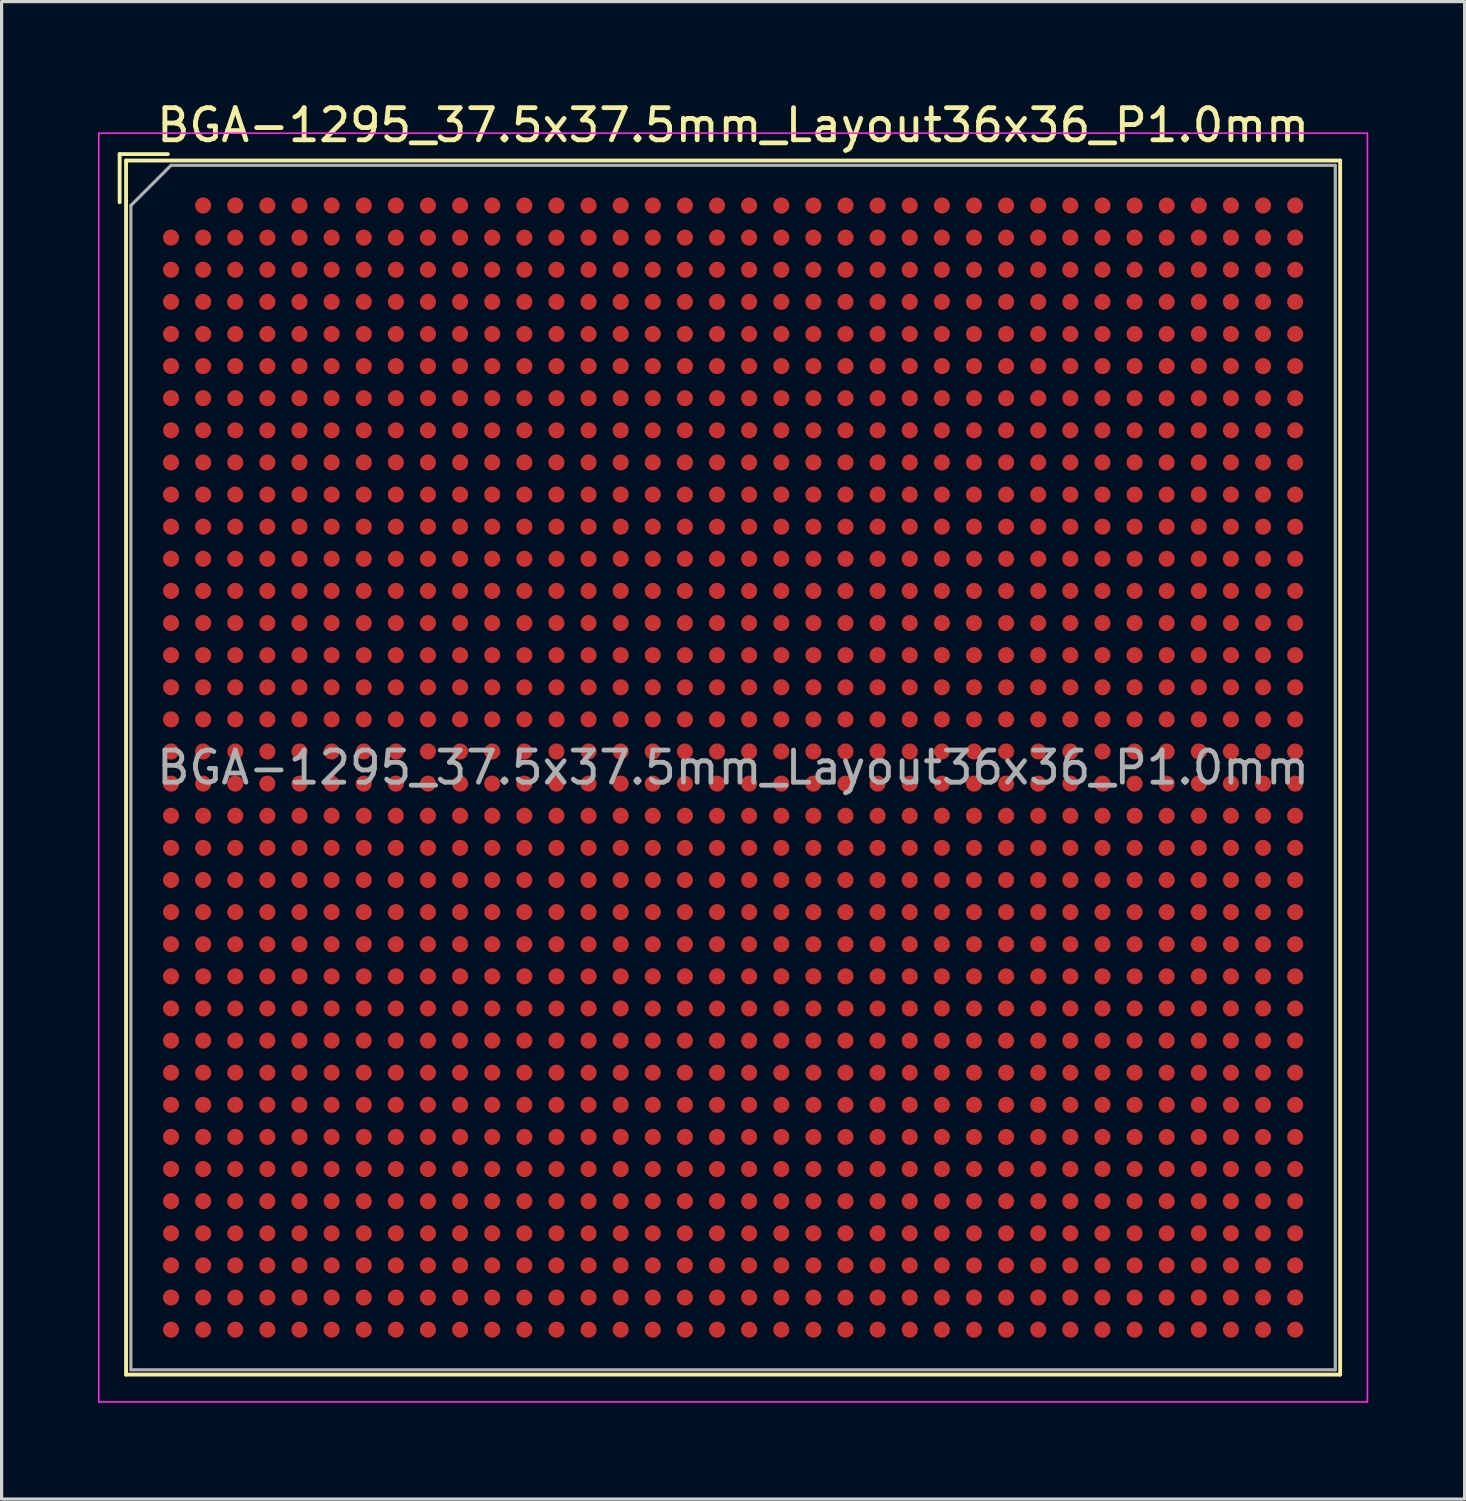
<source format=kicad_pcb>
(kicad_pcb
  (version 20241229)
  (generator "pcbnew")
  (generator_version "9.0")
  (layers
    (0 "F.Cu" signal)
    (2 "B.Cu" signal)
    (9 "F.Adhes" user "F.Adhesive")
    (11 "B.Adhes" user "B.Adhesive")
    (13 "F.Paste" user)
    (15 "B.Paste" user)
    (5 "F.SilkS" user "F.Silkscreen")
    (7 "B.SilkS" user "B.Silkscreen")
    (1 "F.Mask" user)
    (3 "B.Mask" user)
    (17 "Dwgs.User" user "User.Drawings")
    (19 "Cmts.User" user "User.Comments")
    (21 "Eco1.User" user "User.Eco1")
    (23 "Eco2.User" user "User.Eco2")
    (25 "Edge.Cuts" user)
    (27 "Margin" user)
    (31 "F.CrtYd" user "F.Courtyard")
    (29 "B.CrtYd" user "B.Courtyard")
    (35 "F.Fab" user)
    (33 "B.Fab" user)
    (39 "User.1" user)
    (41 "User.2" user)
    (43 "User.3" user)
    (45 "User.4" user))
  (footprint "BGA-1295_37.5x37.5mm_Layout36x36_P1.0mm"
    (layer "F.Cu")
    (at 19.775 20.848)
    (property "Reference" "BGA-1295_37.5x37.5mm_Layout36x36_P1.0mm" (at 0 -20 0) (layer "F.SilkS") (effects (font (size 1 1) (thickness 0.15))))
    (attr smd)
    (fp_line (start -19.1 -19.1) (end -17.6 -19.1) (stroke (width 0.12) (type solid)) (layer "F.SilkS"))
    (fp_line (start -19.1 -17.6) (end -19.1 -19.1) (stroke (width 0.12) (type solid)) (layer "F.SilkS"))
    (fp_line (start -18.9 -18.9) (end 18.9 -18.9) (stroke (width 0.12) (type solid)) (layer "F.SilkS"))
    (fp_line (start -18.9 18.9) (end -18.9 -18.9) (stroke (width 0.12) (type solid)) (layer "F.SilkS"))
    (fp_line (start 18.9 -18.9) (end 18.9 18.9) (stroke (width 0.12) (type solid)) (layer "F.SilkS"))
    (fp_line (start 18.9 18.9) (end -18.9 18.9) (stroke (width 0.12) (type solid)) (layer "F.SilkS"))
    (fp_line (start -19.75 -19.75) (end -19.75 19.75) (stroke (width 0.05) (type solid)) (layer "F.CrtYd"))
    (fp_line (start -19.75 -19.75) (end 19.75 -19.75) (stroke (width 0.05) (type solid)) (layer "F.CrtYd"))
    (fp_line (start 19.75 19.75) (end -19.75 19.75) (stroke (width 0.05) (type solid)) (layer "F.CrtYd"))
    (fp_line (start 19.75 19.75) (end 19.75 -19.75) (stroke (width 0.05) (type solid)) (layer "F.CrtYd"))
    (fp_line (start -18.75 -17.5) (end -17.5 -18.75) (stroke (width 0.1) (type solid)) (layer "F.Fab"))
    (fp_line (start -18.75 18.75) (end -18.75 -17.5) (stroke (width 0.1) (type solid)) (layer "F.Fab"))
    (fp_line (start -17.5 -18.75) (end 18.75 -18.75) (stroke (width 0.1) (type solid)) (layer "F.Fab"))
    (fp_line (start 18.75 -18.75) (end 18.75 18.75) (stroke (width 0.1) (type solid)) (layer "F.Fab"))
    (fp_line (start 18.75 18.75) (end -18.75 18.75) (stroke (width 0.1) (type solid)) (layer "F.Fab"))
    (fp_text user "${REFERENCE}" (at 0 0 0) (layer "F.Fab") (effects (font (size 1 1) (thickness 0.15))))
    (pad "A2" smd circle (at -16.5 -17.5) (size 0.5 0.5) (layers "F.Cu" "F.Mask" "F.Paste"))
    (pad "A3" smd circle (at -15.5 -17.5) (size 0.5 0.5) (layers "F.Cu" "F.Mask" "F.Paste"))
    (pad "A4" smd circle (at -14.5 -17.5) (size 0.5 0.5) (layers "F.Cu" "F.Mask" "F.Paste"))
    (pad "A5" smd circle (at -13.5 -17.5) (size 0.5 0.5) (layers "F.Cu" "F.Mask" "F.Paste"))
    (pad "A6" smd circle (at -12.5 -17.5) (size 0.5 0.5) (layers "F.Cu" "F.Mask" "F.Paste"))
    (pad "A7" smd circle (at -11.5 -17.5) (size 0.5 0.5) (layers "F.Cu" "F.Mask" "F.Paste"))
    (pad "A8" smd circle (at -10.5 -17.5) (size 0.5 0.5) (layers "F.Cu" "F.Mask" "F.Paste"))
    (pad "A9" smd circle (at -9.5 -17.5) (size 0.5 0.5) (layers "F.Cu" "F.Mask" "F.Paste"))
    (pad "A10" smd circle (at -8.5 -17.5) (size 0.5 0.5) (layers "F.Cu" "F.Mask" "F.Paste"))
    (pad "A11" smd circle (at -7.5 -17.5) (size 0.5 0.5) (layers "F.Cu" "F.Mask" "F.Paste"))
    (pad "A12" smd circle (at -6.5 -17.5) (size 0.5 0.5) (layers "F.Cu" "F.Mask" "F.Paste"))
    (pad "A13" smd circle (at -5.5 -17.5) (size 0.5 0.5) (layers "F.Cu" "F.Mask" "F.Paste"))
    (pad "A14" smd circle (at -4.5 -17.5) (size 0.5 0.5) (layers "F.Cu" "F.Mask" "F.Paste"))
    (pad "A15" smd circle (at -3.5 -17.5) (size 0.5 0.5) (layers "F.Cu" "F.Mask" "F.Paste"))
    (pad "A16" smd circle (at -2.5 -17.5) (size 0.5 0.5) (layers "F.Cu" "F.Mask" "F.Paste"))
    (pad "A17" smd circle (at -1.5 -17.5) (size 0.5 0.5) (layers "F.Cu" "F.Mask" "F.Paste"))
    (pad "A18" smd circle (at -0.5 -17.5) (size 0.5 0.5) (layers "F.Cu" "F.Mask" "F.Paste"))
    (pad "A19" smd circle (at 0.5 -17.5) (size 0.5 0.5) (layers "F.Cu" "F.Mask" "F.Paste"))
    (pad "A20" smd circle (at 1.5 -17.5) (size 0.5 0.5) (layers "F.Cu" "F.Mask" "F.Paste"))
    (pad "A21" smd circle (at 2.5 -17.5) (size 0.5 0.5) (layers "F.Cu" "F.Mask" "F.Paste"))
    (pad "A22" smd circle (at 3.5 -17.5) (size 0.5 0.5) (layers "F.Cu" "F.Mask" "F.Paste"))
    (pad "A23" smd circle (at 4.5 -17.5) (size 0.5 0.5) (layers "F.Cu" "F.Mask" "F.Paste"))
    (pad "A24" smd circle (at 5.5 -17.5) (size 0.5 0.5) (layers "F.Cu" "F.Mask" "F.Paste"))
    (pad "A25" smd circle (at 6.5 -17.5) (size 0.5 0.5) (layers "F.Cu" "F.Mask" "F.Paste"))
    (pad "A26" smd circle (at 7.5 -17.5) (size 0.5 0.5) (layers "F.Cu" "F.Mask" "F.Paste"))
    (pad "A27" smd circle (at 8.5 -17.5) (size 0.5 0.5) (layers "F.Cu" "F.Mask" "F.Paste"))
    (pad "A28" smd circle (at 9.5 -17.5) (size 0.5 0.5) (layers "F.Cu" "F.Mask" "F.Paste"))
    (pad "A29" smd circle (at 10.5 -17.5) (size 0.5 0.5) (layers "F.Cu" "F.Mask" "F.Paste"))
    (pad "A30" smd circle (at 11.5 -17.5) (size 0.5 0.5) (layers "F.Cu" "F.Mask" "F.Paste"))
    (pad "A31" smd circle (at 12.5 -17.5) (size 0.5 0.5) (layers "F.Cu" "F.Mask" "F.Paste"))
    (pad "A32" smd circle (at 13.5 -17.5) (size 0.5 0.5) (layers "F.Cu" "F.Mask" "F.Paste"))
    (pad "A33" smd circle (at 14.5 -17.5) (size 0.5 0.5) (layers "F.Cu" "F.Mask" "F.Paste"))
    (pad "A34" smd circle (at 15.5 -17.5) (size 0.5 0.5) (layers "F.Cu" "F.Mask" "F.Paste"))
    (pad "A35" smd circle (at 16.5 -17.5) (size 0.5 0.5) (layers "F.Cu" "F.Mask" "F.Paste"))
    (pad "A36" smd circle (at 17.5 -17.5) (size 0.5 0.5) (layers "F.Cu" "F.Mask" "F.Paste"))
    (pad "AA1" smd circle (at -17.5 2.5) (size 0.5 0.5) (layers "F.Cu" "F.Mask" "F.Paste"))
    (pad "AA2" smd circle (at -16.5 2.5) (size 0.5 0.5) (layers "F.Cu" "F.Mask" "F.Paste"))
    (pad "AA3" smd circle (at -15.5 2.5) (size 0.5 0.5) (layers "F.Cu" "F.Mask" "F.Paste"))
    (pad "AA4" smd circle (at -14.5 2.5) (size 0.5 0.5) (layers "F.Cu" "F.Mask" "F.Paste"))
    (pad "AA5" smd circle (at -13.5 2.5) (size 0.5 0.5) (layers "F.Cu" "F.Mask" "F.Paste"))
    (pad "AA6" smd circle (at -12.5 2.5) (size 0.5 0.5) (layers "F.Cu" "F.Mask" "F.Paste"))
    (pad "AA7" smd circle (at -11.5 2.5) (size 0.5 0.5) (layers "F.Cu" "F.Mask" "F.Paste"))
    (pad "AA8" smd circle (at -10.5 2.5) (size 0.5 0.5) (layers "F.Cu" "F.Mask" "F.Paste"))
    (pad "AA9" smd circle (at -9.5 2.5) (size 0.5 0.5) (layers "F.Cu" "F.Mask" "F.Paste"))
    (pad "AA10" smd circle (at -8.5 2.5) (size 0.5 0.5) (layers "F.Cu" "F.Mask" "F.Paste"))
    (pad "AA11" smd circle (at -7.5 2.5) (size 0.5 0.5) (layers "F.Cu" "F.Mask" "F.Paste"))
    (pad "AA12" smd circle (at -6.5 2.5) (size 0.5 0.5) (layers "F.Cu" "F.Mask" "F.Paste"))
    (pad "AA13" smd circle (at -5.5 2.5) (size 0.5 0.5) (layers "F.Cu" "F.Mask" "F.Paste"))
    (pad "AA14" smd circle (at -4.5 2.5) (size 0.5 0.5) (layers "F.Cu" "F.Mask" "F.Paste"))
    (pad "AA15" smd circle (at -3.5 2.5) (size 0.5 0.5) (layers "F.Cu" "F.Mask" "F.Paste"))
    (pad "AA16" smd circle (at -2.5 2.5) (size 0.5 0.5) (layers "F.Cu" "F.Mask" "F.Paste"))
    (pad "AA17" smd circle (at -1.5 2.5) (size 0.5 0.5) (layers "F.Cu" "F.Mask" "F.Paste"))
    (pad "AA18" smd circle (at -0.5 2.5) (size 0.5 0.5) (layers "F.Cu" "F.Mask" "F.Paste"))
    (pad "AA19" smd circle (at 0.5 2.5) (size 0.5 0.5) (layers "F.Cu" "F.Mask" "F.Paste"))
    (pad "AA20" smd circle (at 1.5 2.5) (size 0.5 0.5) (layers "F.Cu" "F.Mask" "F.Paste"))
    (pad "AA21" smd circle (at 2.5 2.5) (size 0.5 0.5) (layers "F.Cu" "F.Mask" "F.Paste"))
    (pad "AA22" smd circle (at 3.5 2.5) (size 0.5 0.5) (layers "F.Cu" "F.Mask" "F.Paste"))
    (pad "AA23" smd circle (at 4.5 2.5) (size 0.5 0.5) (layers "F.Cu" "F.Mask" "F.Paste"))
    (pad "AA24" smd circle (at 5.5 2.5) (size 0.5 0.5) (layers "F.Cu" "F.Mask" "F.Paste"))
    (pad "AA25" smd circle (at 6.5 2.5) (size 0.5 0.5) (layers "F.Cu" "F.Mask" "F.Paste"))
    (pad "AA26" smd circle (at 7.5 2.5) (size 0.5 0.5) (layers "F.Cu" "F.Mask" "F.Paste"))
    (pad "AA27" smd circle (at 8.5 2.5) (size 0.5 0.5) (layers "F.Cu" "F.Mask" "F.Paste"))
    (pad "AA28" smd circle (at 9.5 2.5) (size 0.5 0.5) (layers "F.Cu" "F.Mask" "F.Paste"))
    (pad "AA29" smd circle (at 10.5 2.5) (size 0.5 0.5) (layers "F.Cu" "F.Mask" "F.Paste"))
    (pad "AA30" smd circle (at 11.5 2.5) (size 0.5 0.5) (layers "F.Cu" "F.Mask" "F.Paste"))
    (pad "AA31" smd circle (at 12.5 2.5) (size 0.5 0.5) (layers "F.Cu" "F.Mask" "F.Paste"))
    (pad "AA32" smd circle (at 13.5 2.5) (size 0.5 0.5) (layers "F.Cu" "F.Mask" "F.Paste"))
    (pad "AA33" smd circle (at 14.5 2.5) (size 0.5 0.5) (layers "F.Cu" "F.Mask" "F.Paste"))
    (pad "AA34" smd circle (at 15.5 2.5) (size 0.5 0.5) (layers "F.Cu" "F.Mask" "F.Paste"))
    (pad "AA35" smd circle (at 16.5 2.5) (size 0.5 0.5) (layers "F.Cu" "F.Mask" "F.Paste"))
    (pad "AA36" smd circle (at 17.5 2.5) (size 0.5 0.5) (layers "F.Cu" "F.Mask" "F.Paste"))
    (pad "AB1" smd circle (at -17.5 3.5) (size 0.5 0.5) (layers "F.Cu" "F.Mask" "F.Paste"))
    (pad "AB2" smd circle (at -16.5 3.5) (size 0.5 0.5) (layers "F.Cu" "F.Mask" "F.Paste"))
    (pad "AB3" smd circle (at -15.5 3.5) (size 0.5 0.5) (layers "F.Cu" "F.Mask" "F.Paste"))
    (pad "AB4" smd circle (at -14.5 3.5) (size 0.5 0.5) (layers "F.Cu" "F.Mask" "F.Paste"))
    (pad "AB5" smd circle (at -13.5 3.5) (size 0.5 0.5) (layers "F.Cu" "F.Mask" "F.Paste"))
    (pad "AB6" smd circle (at -12.5 3.5) (size 0.5 0.5) (layers "F.Cu" "F.Mask" "F.Paste"))
    (pad "AB7" smd circle (at -11.5 3.5) (size 0.5 0.5) (layers "F.Cu" "F.Mask" "F.Paste"))
    (pad "AB8" smd circle (at -10.5 3.5) (size 0.5 0.5) (layers "F.Cu" "F.Mask" "F.Paste"))
    (pad "AB9" smd circle (at -9.5 3.5) (size 0.5 0.5) (layers "F.Cu" "F.Mask" "F.Paste"))
    (pad "AB10" smd circle (at -8.5 3.5) (size 0.5 0.5) (layers "F.Cu" "F.Mask" "F.Paste"))
    (pad "AB11" smd circle (at -7.5 3.5) (size 0.5 0.5) (layers "F.Cu" "F.Mask" "F.Paste"))
    (pad "AB12" smd circle (at -6.5 3.5) (size 0.5 0.5) (layers "F.Cu" "F.Mask" "F.Paste"))
    (pad "AB13" smd circle (at -5.5 3.5) (size 0.5 0.5) (layers "F.Cu" "F.Mask" "F.Paste"))
    (pad "AB14" smd circle (at -4.5 3.5) (size 0.5 0.5) (layers "F.Cu" "F.Mask" "F.Paste"))
    (pad "AB15" smd circle (at -3.5 3.5) (size 0.5 0.5) (layers "F.Cu" "F.Mask" "F.Paste"))
    (pad "AB16" smd circle (at -2.5 3.5) (size 0.5 0.5) (layers "F.Cu" "F.Mask" "F.Paste"))
    (pad "AB17" smd circle (at -1.5 3.5) (size 0.5 0.5) (layers "F.Cu" "F.Mask" "F.Paste"))
    (pad "AB18" smd circle (at -0.5 3.5) (size 0.5 0.5) (layers "F.Cu" "F.Mask" "F.Paste"))
    (pad "AB19" smd circle (at 0.5 3.5) (size 0.5 0.5) (layers "F.Cu" "F.Mask" "F.Paste"))
    (pad "AB20" smd circle (at 1.5 3.5) (size 0.5 0.5) (layers "F.Cu" "F.Mask" "F.Paste"))
    (pad "AB21" smd circle (at 2.5 3.5) (size 0.5 0.5) (layers "F.Cu" "F.Mask" "F.Paste"))
    (pad "AB22" smd circle (at 3.5 3.5) (size 0.5 0.5) (layers "F.Cu" "F.Mask" "F.Paste"))
    (pad "AB23" smd circle (at 4.5 3.5) (size 0.5 0.5) (layers "F.Cu" "F.Mask" "F.Paste"))
    (pad "AB24" smd circle (at 5.5 3.5) (size 0.5 0.5) (layers "F.Cu" "F.Mask" "F.Paste"))
    (pad "AB25" smd circle (at 6.5 3.5) (size 0.5 0.5) (layers "F.Cu" "F.Mask" "F.Paste"))
    (pad "AB26" smd circle (at 7.5 3.5) (size 0.5 0.5) (layers "F.Cu" "F.Mask" "F.Paste"))
    (pad "AB27" smd circle (at 8.5 3.5) (size 0.5 0.5) (layers "F.Cu" "F.Mask" "F.Paste"))
    (pad "AB28" smd circle (at 9.5 3.5) (size 0.5 0.5) (layers "F.Cu" "F.Mask" "F.Paste"))
    (pad "AB29" smd circle (at 10.5 3.5) (size 0.5 0.5) (layers "F.Cu" "F.Mask" "F.Paste"))
    (pad "AB30" smd circle (at 11.5 3.5) (size 0.5 0.5) (layers "F.Cu" "F.Mask" "F.Paste"))
    (pad "AB31" smd circle (at 12.5 3.5) (size 0.5 0.5) (layers "F.Cu" "F.Mask" "F.Paste"))
    (pad "AB32" smd circle (at 13.5 3.5) (size 0.5 0.5) (layers "F.Cu" "F.Mask" "F.Paste"))
    (pad "AB33" smd circle (at 14.5 3.5) (size 0.5 0.5) (layers "F.Cu" "F.Mask" "F.Paste"))
    (pad "AB34" smd circle (at 15.5 3.5) (size 0.5 0.5) (layers "F.Cu" "F.Mask" "F.Paste"))
    (pad "AB35" smd circle (at 16.5 3.5) (size 0.5 0.5) (layers "F.Cu" "F.Mask" "F.Paste"))
    (pad "AB36" smd circle (at 17.5 3.5) (size 0.5 0.5) (layers "F.Cu" "F.Mask" "F.Paste"))
    (pad "AC1" smd circle (at -17.5 4.5) (size 0.5 0.5) (layers "F.Cu" "F.Mask" "F.Paste"))
    (pad "AC2" smd circle (at -16.5 4.5) (size 0.5 0.5) (layers "F.Cu" "F.Mask" "F.Paste"))
    (pad "AC3" smd circle (at -15.5 4.5) (size 0.5 0.5) (layers "F.Cu" "F.Mask" "F.Paste"))
    (pad "AC4" smd circle (at -14.5 4.5) (size 0.5 0.5) (layers "F.Cu" "F.Mask" "F.Paste"))
    (pad "AC5" smd circle (at -13.5 4.5) (size 0.5 0.5) (layers "F.Cu" "F.Mask" "F.Paste"))
    (pad "AC6" smd circle (at -12.5 4.5) (size 0.5 0.5) (layers "F.Cu" "F.Mask" "F.Paste"))
    (pad "AC7" smd circle (at -11.5 4.5) (size 0.5 0.5) (layers "F.Cu" "F.Mask" "F.Paste"))
    (pad "AC8" smd circle (at -10.5 4.5) (size 0.5 0.5) (layers "F.Cu" "F.Mask" "F.Paste"))
    (pad "AC9" smd circle (at -9.5 4.5) (size 0.5 0.5) (layers "F.Cu" "F.Mask" "F.Paste"))
    (pad "AC10" smd circle (at -8.5 4.5) (size 0.5 0.5) (layers "F.Cu" "F.Mask" "F.Paste"))
    (pad "AC11" smd circle (at -7.5 4.5) (size 0.5 0.5) (layers "F.Cu" "F.Mask" "F.Paste"))
    (pad "AC12" smd circle (at -6.5 4.5) (size 0.5 0.5) (layers "F.Cu" "F.Mask" "F.Paste"))
    (pad "AC13" smd circle (at -5.5 4.5) (size 0.5 0.5) (layers "F.Cu" "F.Mask" "F.Paste"))
    (pad "AC14" smd circle (at -4.5 4.5) (size 0.5 0.5) (layers "F.Cu" "F.Mask" "F.Paste"))
    (pad "AC15" smd circle (at -3.5 4.5) (size 0.5 0.5) (layers "F.Cu" "F.Mask" "F.Paste"))
    (pad "AC16" smd circle (at -2.5 4.5) (size 0.5 0.5) (layers "F.Cu" "F.Mask" "F.Paste"))
    (pad "AC17" smd circle (at -1.5 4.5) (size 0.5 0.5) (layers "F.Cu" "F.Mask" "F.Paste"))
    (pad "AC18" smd circle (at -0.5 4.5) (size 0.5 0.5) (layers "F.Cu" "F.Mask" "F.Paste"))
    (pad "AC19" smd circle (at 0.5 4.5) (size 0.5 0.5) (layers "F.Cu" "F.Mask" "F.Paste"))
    (pad "AC20" smd circle (at 1.5 4.5) (size 0.5 0.5) (layers "F.Cu" "F.Mask" "F.Paste"))
    (pad "AC21" smd circle (at 2.5 4.5) (size 0.5 0.5) (layers "F.Cu" "F.Mask" "F.Paste"))
    (pad "AC22" smd circle (at 3.5 4.5) (size 0.5 0.5) (layers "F.Cu" "F.Mask" "F.Paste"))
    (pad "AC23" smd circle (at 4.5 4.5) (size 0.5 0.5) (layers "F.Cu" "F.Mask" "F.Paste"))
    (pad "AC24" smd circle (at 5.5 4.5) (size 0.5 0.5) (layers "F.Cu" "F.Mask" "F.Paste"))
    (pad "AC25" smd circle (at 6.5 4.5) (size 0.5 0.5) (layers "F.Cu" "F.Mask" "F.Paste"))
    (pad "AC26" smd circle (at 7.5 4.5) (size 0.5 0.5) (layers "F.Cu" "F.Mask" "F.Paste"))
    (pad "AC27" smd circle (at 8.5 4.5) (size 0.5 0.5) (layers "F.Cu" "F.Mask" "F.Paste"))
    (pad "AC28" smd circle (at 9.5 4.5) (size 0.5 0.5) (layers "F.Cu" "F.Mask" "F.Paste"))
    (pad "AC29" smd circle (at 10.5 4.5) (size 0.5 0.5) (layers "F.Cu" "F.Mask" "F.Paste"))
    (pad "AC30" smd circle (at 11.5 4.5) (size 0.5 0.5) (layers "F.Cu" "F.Mask" "F.Paste"))
    (pad "AC31" smd circle (at 12.5 4.5) (size 0.5 0.5) (layers "F.Cu" "F.Mask" "F.Paste"))
    (pad "AC32" smd circle (at 13.5 4.5) (size 0.5 0.5) (layers "F.Cu" "F.Mask" "F.Paste"))
    (pad "AC33" smd circle (at 14.5 4.5) (size 0.5 0.5) (layers "F.Cu" "F.Mask" "F.Paste"))
    (pad "AC34" smd circle (at 15.5 4.5) (size 0.5 0.5) (layers "F.Cu" "F.Mask" "F.Paste"))
    (pad "AC35" smd circle (at 16.5 4.5) (size 0.5 0.5) (layers "F.Cu" "F.Mask" "F.Paste"))
    (pad "AC36" smd circle (at 17.5 4.5) (size 0.5 0.5) (layers "F.Cu" "F.Mask" "F.Paste"))
    (pad "AD1" smd circle (at -17.5 5.5) (size 0.5 0.5) (layers "F.Cu" "F.Mask" "F.Paste"))
    (pad "AD2" smd circle (at -16.5 5.5) (size 0.5 0.5) (layers "F.Cu" "F.Mask" "F.Paste"))
    (pad "AD3" smd circle (at -15.5 5.5) (size 0.5 0.5) (layers "F.Cu" "F.Mask" "F.Paste"))
    (pad "AD4" smd circle (at -14.5 5.5) (size 0.5 0.5) (layers "F.Cu" "F.Mask" "F.Paste"))
    (pad "AD5" smd circle (at -13.5 5.5) (size 0.5 0.5) (layers "F.Cu" "F.Mask" "F.Paste"))
    (pad "AD6" smd circle (at -12.5 5.5) (size 0.5 0.5) (layers "F.Cu" "F.Mask" "F.Paste"))
    (pad "AD7" smd circle (at -11.5 5.5) (size 0.5 0.5) (layers "F.Cu" "F.Mask" "F.Paste"))
    (pad "AD8" smd circle (at -10.5 5.5) (size 0.5 0.5) (layers "F.Cu" "F.Mask" "F.Paste"))
    (pad "AD9" smd circle (at -9.5 5.5) (size 0.5 0.5) (layers "F.Cu" "F.Mask" "F.Paste"))
    (pad "AD10" smd circle (at -8.5 5.5) (size 0.5 0.5) (layers "F.Cu" "F.Mask" "F.Paste"))
    (pad "AD11" smd circle (at -7.5 5.5) (size 0.5 0.5) (layers "F.Cu" "F.Mask" "F.Paste"))
    (pad "AD12" smd circle (at -6.5 5.5) (size 0.5 0.5) (layers "F.Cu" "F.Mask" "F.Paste"))
    (pad "AD13" smd circle (at -5.5 5.5) (size 0.5 0.5) (layers "F.Cu" "F.Mask" "F.Paste"))
    (pad "AD14" smd circle (at -4.5 5.5) (size 0.5 0.5) (layers "F.Cu" "F.Mask" "F.Paste"))
    (pad "AD15" smd circle (at -3.5 5.5) (size 0.5 0.5) (layers "F.Cu" "F.Mask" "F.Paste"))
    (pad "AD16" smd circle (at -2.5 5.5) (size 0.5 0.5) (layers "F.Cu" "F.Mask" "F.Paste"))
    (pad "AD17" smd circle (at -1.5 5.5) (size 0.5 0.5) (layers "F.Cu" "F.Mask" "F.Paste"))
    (pad "AD18" smd circle (at -0.5 5.5) (size 0.5 0.5) (layers "F.Cu" "F.Mask" "F.Paste"))
    (pad "AD19" smd circle (at 0.5 5.5) (size 0.5 0.5) (layers "F.Cu" "F.Mask" "F.Paste"))
    (pad "AD20" smd circle (at 1.5 5.5) (size 0.5 0.5) (layers "F.Cu" "F.Mask" "F.Paste"))
    (pad "AD21" smd circle (at 2.5 5.5) (size 0.5 0.5) (layers "F.Cu" "F.Mask" "F.Paste"))
    (pad "AD22" smd circle (at 3.5 5.5) (size 0.5 0.5) (layers "F.Cu" "F.Mask" "F.Paste"))
    (pad "AD23" smd circle (at 4.5 5.5) (size 0.5 0.5) (layers "F.Cu" "F.Mask" "F.Paste"))
    (pad "AD24" smd circle (at 5.5 5.5) (size 0.5 0.5) (layers "F.Cu" "F.Mask" "F.Paste"))
    (pad "AD25" smd circle (at 6.5 5.5) (size 0.5 0.5) (layers "F.Cu" "F.Mask" "F.Paste"))
    (pad "AD26" smd circle (at 7.5 5.5) (size 0.5 0.5) (layers "F.Cu" "F.Mask" "F.Paste"))
    (pad "AD27" smd circle (at 8.5 5.5) (size 0.5 0.5) (layers "F.Cu" "F.Mask" "F.Paste"))
    (pad "AD28" smd circle (at 9.5 5.5) (size 0.5 0.5) (layers "F.Cu" "F.Mask" "F.Paste"))
    (pad "AD29" smd circle (at 10.5 5.5) (size 0.5 0.5) (layers "F.Cu" "F.Mask" "F.Paste"))
    (pad "AD30" smd circle (at 11.5 5.5) (size 0.5 0.5) (layers "F.Cu" "F.Mask" "F.Paste"))
    (pad "AD31" smd circle (at 12.5 5.5) (size 0.5 0.5) (layers "F.Cu" "F.Mask" "F.Paste"))
    (pad "AD32" smd circle (at 13.5 5.5) (size 0.5 0.5) (layers "F.Cu" "F.Mask" "F.Paste"))
    (pad "AD33" smd circle (at 14.5 5.5) (size 0.5 0.5) (layers "F.Cu" "F.Mask" "F.Paste"))
    (pad "AD34" smd circle (at 15.5 5.5) (size 0.5 0.5) (layers "F.Cu" "F.Mask" "F.Paste"))
    (pad "AD35" smd circle (at 16.5 5.5) (size 0.5 0.5) (layers "F.Cu" "F.Mask" "F.Paste"))
    (pad "AD36" smd circle (at 17.5 5.5) (size 0.5 0.5) (layers "F.Cu" "F.Mask" "F.Paste"))
    (pad "AE1" smd circle (at -17.5 6.5) (size 0.5 0.5) (layers "F.Cu" "F.Mask" "F.Paste"))
    (pad "AE2" smd circle (at -16.5 6.5) (size 0.5 0.5) (layers "F.Cu" "F.Mask" "F.Paste"))
    (pad "AE3" smd circle (at -15.5 6.5) (size 0.5 0.5) (layers "F.Cu" "F.Mask" "F.Paste"))
    (pad "AE4" smd circle (at -14.5 6.5) (size 0.5 0.5) (layers "F.Cu" "F.Mask" "F.Paste"))
    (pad "AE5" smd circle (at -13.5 6.5) (size 0.5 0.5) (layers "F.Cu" "F.Mask" "F.Paste"))
    (pad "AE6" smd circle (at -12.5 6.5) (size 0.5 0.5) (layers "F.Cu" "F.Mask" "F.Paste"))
    (pad "AE7" smd circle (at -11.5 6.5) (size 0.5 0.5) (layers "F.Cu" "F.Mask" "F.Paste"))
    (pad "AE8" smd circle (at -10.5 6.5) (size 0.5 0.5) (layers "F.Cu" "F.Mask" "F.Paste"))
    (pad "AE9" smd circle (at -9.5 6.5) (size 0.5 0.5) (layers "F.Cu" "F.Mask" "F.Paste"))
    (pad "AE10" smd circle (at -8.5 6.5) (size 0.5 0.5) (layers "F.Cu" "F.Mask" "F.Paste"))
    (pad "AE11" smd circle (at -7.5 6.5) (size 0.5 0.5) (layers "F.Cu" "F.Mask" "F.Paste"))
    (pad "AE12" smd circle (at -6.5 6.5) (size 0.5 0.5) (layers "F.Cu" "F.Mask" "F.Paste"))
    (pad "AE13" smd circle (at -5.5 6.5) (size 0.5 0.5) (layers "F.Cu" "F.Mask" "F.Paste"))
    (pad "AE14" smd circle (at -4.5 6.5) (size 0.5 0.5) (layers "F.Cu" "F.Mask" "F.Paste"))
    (pad "AE15" smd circle (at -3.5 6.5) (size 0.5 0.5) (layers "F.Cu" "F.Mask" "F.Paste"))
    (pad "AE16" smd circle (at -2.5 6.5) (size 0.5 0.5) (layers "F.Cu" "F.Mask" "F.Paste"))
    (pad "AE17" smd circle (at -1.5 6.5) (size 0.5 0.5) (layers "F.Cu" "F.Mask" "F.Paste"))
    (pad "AE18" smd circle (at -0.5 6.5) (size 0.5 0.5) (layers "F.Cu" "F.Mask" "F.Paste"))
    (pad "AE19" smd circle (at 0.5 6.5) (size 0.5 0.5) (layers "F.Cu" "F.Mask" "F.Paste"))
    (pad "AE20" smd circle (at 1.5 6.5) (size 0.5 0.5) (layers "F.Cu" "F.Mask" "F.Paste"))
    (pad "AE21" smd circle (at 2.5 6.5) (size 0.5 0.5) (layers "F.Cu" "F.Mask" "F.Paste"))
    (pad "AE22" smd circle (at 3.5 6.5) (size 0.5 0.5) (layers "F.Cu" "F.Mask" "F.Paste"))
    (pad "AE23" smd circle (at 4.5 6.5) (size 0.5 0.5) (layers "F.Cu" "F.Mask" "F.Paste"))
    (pad "AE24" smd circle (at 5.5 6.5) (size 0.5 0.5) (layers "F.Cu" "F.Mask" "F.Paste"))
    (pad "AE25" smd circle (at 6.5 6.5) (size 0.5 0.5) (layers "F.Cu" "F.Mask" "F.Paste"))
    (pad "AE26" smd circle (at 7.5 6.5) (size 0.5 0.5) (layers "F.Cu" "F.Mask" "F.Paste"))
    (pad "AE27" smd circle (at 8.5 6.5) (size 0.5 0.5) (layers "F.Cu" "F.Mask" "F.Paste"))
    (pad "AE28" smd circle (at 9.5 6.5) (size 0.5 0.5) (layers "F.Cu" "F.Mask" "F.Paste"))
    (pad "AE29" smd circle (at 10.5 6.5) (size 0.5 0.5) (layers "F.Cu" "F.Mask" "F.Paste"))
    (pad "AE30" smd circle (at 11.5 6.5) (size 0.5 0.5) (layers "F.Cu" "F.Mask" "F.Paste"))
    (pad "AE31" smd circle (at 12.5 6.5) (size 0.5 0.5) (layers "F.Cu" "F.Mask" "F.Paste"))
    (pad "AE32" smd circle (at 13.5 6.5) (size 0.5 0.5) (layers "F.Cu" "F.Mask" "F.Paste"))
    (pad "AE33" smd circle (at 14.5 6.5) (size 0.5 0.5) (layers "F.Cu" "F.Mask" "F.Paste"))
    (pad "AE34" smd circle (at 15.5 6.5) (size 0.5 0.5) (layers "F.Cu" "F.Mask" "F.Paste"))
    (pad "AE35" smd circle (at 16.5 6.5) (size 0.5 0.5) (layers "F.Cu" "F.Mask" "F.Paste"))
    (pad "AE36" smd circle (at 17.5 6.5) (size 0.5 0.5) (layers "F.Cu" "F.Mask" "F.Paste"))
    (pad "AF1" smd circle (at -17.5 7.5) (size 0.5 0.5) (layers "F.Cu" "F.Mask" "F.Paste"))
    (pad "AF2" smd circle (at -16.5 7.5) (size 0.5 0.5) (layers "F.Cu" "F.Mask" "F.Paste"))
    (pad "AF3" smd circle (at -15.5 7.5) (size 0.5 0.5) (layers "F.Cu" "F.Mask" "F.Paste"))
    (pad "AF4" smd circle (at -14.5 7.5) (size 0.5 0.5) (layers "F.Cu" "F.Mask" "F.Paste"))
    (pad "AF5" smd circle (at -13.5 7.5) (size 0.5 0.5) (layers "F.Cu" "F.Mask" "F.Paste"))
    (pad "AF6" smd circle (at -12.5 7.5) (size 0.5 0.5) (layers "F.Cu" "F.Mask" "F.Paste"))
    (pad "AF7" smd circle (at -11.5 7.5) (size 0.5 0.5) (layers "F.Cu" "F.Mask" "F.Paste"))
    (pad "AF8" smd circle (at -10.5 7.5) (size 0.5 0.5) (layers "F.Cu" "F.Mask" "F.Paste"))
    (pad "AF9" smd circle (at -9.5 7.5) (size 0.5 0.5) (layers "F.Cu" "F.Mask" "F.Paste"))
    (pad "AF10" smd circle (at -8.5 7.5) (size 0.5 0.5) (layers "F.Cu" "F.Mask" "F.Paste"))
    (pad "AF11" smd circle (at -7.5 7.5) (size 0.5 0.5) (layers "F.Cu" "F.Mask" "F.Paste"))
    (pad "AF12" smd circle (at -6.5 7.5) (size 0.5 0.5) (layers "F.Cu" "F.Mask" "F.Paste"))
    (pad "AF13" smd circle (at -5.5 7.5) (size 0.5 0.5) (layers "F.Cu" "F.Mask" "F.Paste"))
    (pad "AF14" smd circle (at -4.5 7.5) (size 0.5 0.5) (layers "F.Cu" "F.Mask" "F.Paste"))
    (pad "AF15" smd circle (at -3.5 7.5) (size 0.5 0.5) (layers "F.Cu" "F.Mask" "F.Paste"))
    (pad "AF16" smd circle (at -2.5 7.5) (size 0.5 0.5) (layers "F.Cu" "F.Mask" "F.Paste"))
    (pad "AF17" smd circle (at -1.5 7.5) (size 0.5 0.5) (layers "F.Cu" "F.Mask" "F.Paste"))
    (pad "AF18" smd circle (at -0.5 7.5) (size 0.5 0.5) (layers "F.Cu" "F.Mask" "F.Paste"))
    (pad "AF19" smd circle (at 0.5 7.5) (size 0.5 0.5) (layers "F.Cu" "F.Mask" "F.Paste"))
    (pad "AF20" smd circle (at 1.5 7.5) (size 0.5 0.5) (layers "F.Cu" "F.Mask" "F.Paste"))
    (pad "AF21" smd circle (at 2.5 7.5) (size 0.5 0.5) (layers "F.Cu" "F.Mask" "F.Paste"))
    (pad "AF22" smd circle (at 3.5 7.5) (size 0.5 0.5) (layers "F.Cu" "F.Mask" "F.Paste"))
    (pad "AF23" smd circle (at 4.5 7.5) (size 0.5 0.5) (layers "F.Cu" "F.Mask" "F.Paste"))
    (pad "AF24" smd circle (at 5.5 7.5) (size 0.5 0.5) (layers "F.Cu" "F.Mask" "F.Paste"))
    (pad "AF25" smd circle (at 6.5 7.5) (size 0.5 0.5) (layers "F.Cu" "F.Mask" "F.Paste"))
    (pad "AF26" smd circle (at 7.5 7.5) (size 0.5 0.5) (layers "F.Cu" "F.Mask" "F.Paste"))
    (pad "AF27" smd circle (at 8.5 7.5) (size 0.5 0.5) (layers "F.Cu" "F.Mask" "F.Paste"))
    (pad "AF28" smd circle (at 9.5 7.5) (size 0.5 0.5) (layers "F.Cu" "F.Mask" "F.Paste"))
    (pad "AF29" smd circle (at 10.5 7.5) (size 0.5 0.5) (layers "F.Cu" "F.Mask" "F.Paste"))
    (pad "AF30" smd circle (at 11.5 7.5) (size 0.5 0.5) (layers "F.Cu" "F.Mask" "F.Paste"))
    (pad "AF31" smd circle (at 12.5 7.5) (size 0.5 0.5) (layers "F.Cu" "F.Mask" "F.Paste"))
    (pad "AF32" smd circle (at 13.5 7.5) (size 0.5 0.5) (layers "F.Cu" "F.Mask" "F.Paste"))
    (pad "AF33" smd circle (at 14.5 7.5) (size 0.5 0.5) (layers "F.Cu" "F.Mask" "F.Paste"))
    (pad "AF34" smd circle (at 15.5 7.5) (size 0.5 0.5) (layers "F.Cu" "F.Mask" "F.Paste"))
    (pad "AF35" smd circle (at 16.5 7.5) (size 0.5 0.5) (layers "F.Cu" "F.Mask" "F.Paste"))
    (pad "AF36" smd circle (at 17.5 7.5) (size 0.5 0.5) (layers "F.Cu" "F.Mask" "F.Paste"))
    (pad "AG1" smd circle (at -17.5 8.5) (size 0.5 0.5) (layers "F.Cu" "F.Mask" "F.Paste"))
    (pad "AG2" smd circle (at -16.5 8.5) (size 0.5 0.5) (layers "F.Cu" "F.Mask" "F.Paste"))
    (pad "AG3" smd circle (at -15.5 8.5) (size 0.5 0.5) (layers "F.Cu" "F.Mask" "F.Paste"))
    (pad "AG4" smd circle (at -14.5 8.5) (size 0.5 0.5) (layers "F.Cu" "F.Mask" "F.Paste"))
    (pad "AG5" smd circle (at -13.5 8.5) (size 0.5 0.5) (layers "F.Cu" "F.Mask" "F.Paste"))
    (pad "AG6" smd circle (at -12.5 8.5) (size 0.5 0.5) (layers "F.Cu" "F.Mask" "F.Paste"))
    (pad "AG7" smd circle (at -11.5 8.5) (size 0.5 0.5) (layers "F.Cu" "F.Mask" "F.Paste"))
    (pad "AG8" smd circle (at -10.5 8.5) (size 0.5 0.5) (layers "F.Cu" "F.Mask" "F.Paste"))
    (pad "AG9" smd circle (at -9.5 8.5) (size 0.5 0.5) (layers "F.Cu" "F.Mask" "F.Paste"))
    (pad "AG10" smd circle (at -8.5 8.5) (size 0.5 0.5) (layers "F.Cu" "F.Mask" "F.Paste"))
    (pad "AG11" smd circle (at -7.5 8.5) (size 0.5 0.5) (layers "F.Cu" "F.Mask" "F.Paste"))
    (pad "AG12" smd circle (at -6.5 8.5) (size 0.5 0.5) (layers "F.Cu" "F.Mask" "F.Paste"))
    (pad "AG13" smd circle (at -5.5 8.5) (size 0.5 0.5) (layers "F.Cu" "F.Mask" "F.Paste"))
    (pad "AG14" smd circle (at -4.5 8.5) (size 0.5 0.5) (layers "F.Cu" "F.Mask" "F.Paste"))
    (pad "AG15" smd circle (at -3.5 8.5) (size 0.5 0.5) (layers "F.Cu" "F.Mask" "F.Paste"))
    (pad "AG16" smd circle (at -2.5 8.5) (size 0.5 0.5) (layers "F.Cu" "F.Mask" "F.Paste"))
    (pad "AG17" smd circle (at -1.5 8.5) (size 0.5 0.5) (layers "F.Cu" "F.Mask" "F.Paste"))
    (pad "AG18" smd circle (at -0.5 8.5) (size 0.5 0.5) (layers "F.Cu" "F.Mask" "F.Paste"))
    (pad "AG19" smd circle (at 0.5 8.5) (size 0.5 0.5) (layers "F.Cu" "F.Mask" "F.Paste"))
    (pad "AG20" smd circle (at 1.5 8.5) (size 0.5 0.5) (layers "F.Cu" "F.Mask" "F.Paste"))
    (pad "AG21" smd circle (at 2.5 8.5) (size 0.5 0.5) (layers "F.Cu" "F.Mask" "F.Paste"))
    (pad "AG22" smd circle (at 3.5 8.5) (size 0.5 0.5) (layers "F.Cu" "F.Mask" "F.Paste"))
    (pad "AG23" smd circle (at 4.5 8.5) (size 0.5 0.5) (layers "F.Cu" "F.Mask" "F.Paste"))
    (pad "AG24" smd circle (at 5.5 8.5) (size 0.5 0.5) (layers "F.Cu" "F.Mask" "F.Paste"))
    (pad "AG25" smd circle (at 6.5 8.5) (size 0.5 0.5) (layers "F.Cu" "F.Mask" "F.Paste"))
    (pad "AG26" smd circle (at 7.5 8.5) (size 0.5 0.5) (layers "F.Cu" "F.Mask" "F.Paste"))
    (pad "AG27" smd circle (at 8.5 8.5) (size 0.5 0.5) (layers "F.Cu" "F.Mask" "F.Paste"))
    (pad "AG28" smd circle (at 9.5 8.5) (size 0.5 0.5) (layers "F.Cu" "F.Mask" "F.Paste"))
    (pad "AG29" smd circle (at 10.5 8.5) (size 0.5 0.5) (layers "F.Cu" "F.Mask" "F.Paste"))
    (pad "AG30" smd circle (at 11.5 8.5) (size 0.5 0.5) (layers "F.Cu" "F.Mask" "F.Paste"))
    (pad "AG31" smd circle (at 12.5 8.5) (size 0.5 0.5) (layers "F.Cu" "F.Mask" "F.Paste"))
    (pad "AG32" smd circle (at 13.5 8.5) (size 0.5 0.5) (layers "F.Cu" "F.Mask" "F.Paste"))
    (pad "AG33" smd circle (at 14.5 8.5) (size 0.5 0.5) (layers "F.Cu" "F.Mask" "F.Paste"))
    (pad "AG34" smd circle (at 15.5 8.5) (size 0.5 0.5) (layers "F.Cu" "F.Mask" "F.Paste"))
    (pad "AG35" smd circle (at 16.5 8.5) (size 0.5 0.5) (layers "F.Cu" "F.Mask" "F.Paste"))
    (pad "AG36" smd circle (at 17.5 8.5) (size 0.5 0.5) (layers "F.Cu" "F.Mask" "F.Paste"))
    (pad "AH1" smd circle (at -17.5 9.5) (size 0.5 0.5) (layers "F.Cu" "F.Mask" "F.Paste"))
    (pad "AH2" smd circle (at -16.5 9.5) (size 0.5 0.5) (layers "F.Cu" "F.Mask" "F.Paste"))
    (pad "AH3" smd circle (at -15.5 9.5) (size 0.5 0.5) (layers "F.Cu" "F.Mask" "F.Paste"))
    (pad "AH4" smd circle (at -14.5 9.5) (size 0.5 0.5) (layers "F.Cu" "F.Mask" "F.Paste"))
    (pad "AH5" smd circle (at -13.5 9.5) (size 0.5 0.5) (layers "F.Cu" "F.Mask" "F.Paste"))
    (pad "AH6" smd circle (at -12.5 9.5) (size 0.5 0.5) (layers "F.Cu" "F.Mask" "F.Paste"))
    (pad "AH7" smd circle (at -11.5 9.5) (size 0.5 0.5) (layers "F.Cu" "F.Mask" "F.Paste"))
    (pad "AH8" smd circle (at -10.5 9.5) (size 0.5 0.5) (layers "F.Cu" "F.Mask" "F.Paste"))
    (pad "AH9" smd circle (at -9.5 9.5) (size 0.5 0.5) (layers "F.Cu" "F.Mask" "F.Paste"))
    (pad "AH10" smd circle (at -8.5 9.5) (size 0.5 0.5) (layers "F.Cu" "F.Mask" "F.Paste"))
    (pad "AH11" smd circle (at -7.5 9.5) (size 0.5 0.5) (layers "F.Cu" "F.Mask" "F.Paste"))
    (pad "AH12" smd circle (at -6.5 9.5) (size 0.5 0.5) (layers "F.Cu" "F.Mask" "F.Paste"))
    (pad "AH13" smd circle (at -5.5 9.5) (size 0.5 0.5) (layers "F.Cu" "F.Mask" "F.Paste"))
    (pad "AH14" smd circle (at -4.5 9.5) (size 0.5 0.5) (layers "F.Cu" "F.Mask" "F.Paste"))
    (pad "AH15" smd circle (at -3.5 9.5) (size 0.5 0.5) (layers "F.Cu" "F.Mask" "F.Paste"))
    (pad "AH16" smd circle (at -2.5 9.5) (size 0.5 0.5) (layers "F.Cu" "F.Mask" "F.Paste"))
    (pad "AH17" smd circle (at -1.5 9.5) (size 0.5 0.5) (layers "F.Cu" "F.Mask" "F.Paste"))
    (pad "AH18" smd circle (at -0.5 9.5) (size 0.5 0.5) (layers "F.Cu" "F.Mask" "F.Paste"))
    (pad "AH19" smd circle (at 0.5 9.5) (size 0.5 0.5) (layers "F.Cu" "F.Mask" "F.Paste"))
    (pad "AH20" smd circle (at 1.5 9.5) (size 0.5 0.5) (layers "F.Cu" "F.Mask" "F.Paste"))
    (pad "AH21" smd circle (at 2.5 9.5) (size 0.5 0.5) (layers "F.Cu" "F.Mask" "F.Paste"))
    (pad "AH22" smd circle (at 3.5 9.5) (size 0.5 0.5) (layers "F.Cu" "F.Mask" "F.Paste"))
    (pad "AH23" smd circle (at 4.5 9.5) (size 0.5 0.5) (layers "F.Cu" "F.Mask" "F.Paste"))
    (pad "AH24" smd circle (at 5.5 9.5) (size 0.5 0.5) (layers "F.Cu" "F.Mask" "F.Paste"))
    (pad "AH25" smd circle (at 6.5 9.5) (size 0.5 0.5) (layers "F.Cu" "F.Mask" "F.Paste"))
    (pad "AH26" smd circle (at 7.5 9.5) (size 0.5 0.5) (layers "F.Cu" "F.Mask" "F.Paste"))
    (pad "AH27" smd circle (at 8.5 9.5) (size 0.5 0.5) (layers "F.Cu" "F.Mask" "F.Paste"))
    (pad "AH28" smd circle (at 9.5 9.5) (size 0.5 0.5) (layers "F.Cu" "F.Mask" "F.Paste"))
    (pad "AH29" smd circle (at 10.5 9.5) (size 0.5 0.5) (layers "F.Cu" "F.Mask" "F.Paste"))
    (pad "AH30" smd circle (at 11.5 9.5) (size 0.5 0.5) (layers "F.Cu" "F.Mask" "F.Paste"))
    (pad "AH31" smd circle (at 12.5 9.5) (size 0.5 0.5) (layers "F.Cu" "F.Mask" "F.Paste"))
    (pad "AH32" smd circle (at 13.5 9.5) (size 0.5 0.5) (layers "F.Cu" "F.Mask" "F.Paste"))
    (pad "AH33" smd circle (at 14.5 9.5) (size 0.5 0.5) (layers "F.Cu" "F.Mask" "F.Paste"))
    (pad "AH34" smd circle (at 15.5 9.5) (size 0.5 0.5) (layers "F.Cu" "F.Mask" "F.Paste"))
    (pad "AH35" smd circle (at 16.5 9.5) (size 0.5 0.5) (layers "F.Cu" "F.Mask" "F.Paste"))
    (pad "AH36" smd circle (at 17.5 9.5) (size 0.5 0.5) (layers "F.Cu" "F.Mask" "F.Paste"))
    (pad "AJ1" smd circle (at -17.5 10.5) (size 0.5 0.5) (layers "F.Cu" "F.Mask" "F.Paste"))
    (pad "AJ2" smd circle (at -16.5 10.5) (size 0.5 0.5) (layers "F.Cu" "F.Mask" "F.Paste"))
    (pad "AJ3" smd circle (at -15.5 10.5) (size 0.5 0.5) (layers "F.Cu" "F.Mask" "F.Paste"))
    (pad "AJ4" smd circle (at -14.5 10.5) (size 0.5 0.5) (layers "F.Cu" "F.Mask" "F.Paste"))
    (pad "AJ5" smd circle (at -13.5 10.5) (size 0.5 0.5) (layers "F.Cu" "F.Mask" "F.Paste"))
    (pad "AJ6" smd circle (at -12.5 10.5) (size 0.5 0.5) (layers "F.Cu" "F.Mask" "F.Paste"))
    (pad "AJ7" smd circle (at -11.5 10.5) (size 0.5 0.5) (layers "F.Cu" "F.Mask" "F.Paste"))
    (pad "AJ8" smd circle (at -10.5 10.5) (size 0.5 0.5) (layers "F.Cu" "F.Mask" "F.Paste"))
    (pad "AJ9" smd circle (at -9.5 10.5) (size 0.5 0.5) (layers "F.Cu" "F.Mask" "F.Paste"))
    (pad "AJ10" smd circle (at -8.5 10.5) (size 0.5 0.5) (layers "F.Cu" "F.Mask" "F.Paste"))
    (pad "AJ11" smd circle (at -7.5 10.5) (size 0.5 0.5) (layers "F.Cu" "F.Mask" "F.Paste"))
    (pad "AJ12" smd circle (at -6.5 10.5) (size 0.5 0.5) (layers "F.Cu" "F.Mask" "F.Paste"))
    (pad "AJ13" smd circle (at -5.5 10.5) (size 0.5 0.5) (layers "F.Cu" "F.Mask" "F.Paste"))
    (pad "AJ14" smd circle (at -4.5 10.5) (size 0.5 0.5) (layers "F.Cu" "F.Mask" "F.Paste"))
    (pad "AJ15" smd circle (at -3.5 10.5) (size 0.5 0.5) (layers "F.Cu" "F.Mask" "F.Paste"))
    (pad "AJ16" smd circle (at -2.5 10.5) (size 0.5 0.5) (layers "F.Cu" "F.Mask" "F.Paste"))
    (pad "AJ17" smd circle (at -1.5 10.5) (size 0.5 0.5) (layers "F.Cu" "F.Mask" "F.Paste"))
    (pad "AJ18" smd circle (at -0.5 10.5) (size 0.5 0.5) (layers "F.Cu" "F.Mask" "F.Paste"))
    (pad "AJ19" smd circle (at 0.5 10.5) (size 0.5 0.5) (layers "F.Cu" "F.Mask" "F.Paste"))
    (pad "AJ20" smd circle (at 1.5 10.5) (size 0.5 0.5) (layers "F.Cu" "F.Mask" "F.Paste"))
    (pad "AJ21" smd circle (at 2.5 10.5) (size 0.5 0.5) (layers "F.Cu" "F.Mask" "F.Paste"))
    (pad "AJ22" smd circle (at 3.5 10.5) (size 0.5 0.5) (layers "F.Cu" "F.Mask" "F.Paste"))
    (pad "AJ23" smd circle (at 4.5 10.5) (size 0.5 0.5) (layers "F.Cu" "F.Mask" "F.Paste"))
    (pad "AJ24" smd circle (at 5.5 10.5) (size 0.5 0.5) (layers "F.Cu" "F.Mask" "F.Paste"))
    (pad "AJ25" smd circle (at 6.5 10.5) (size 0.5 0.5) (layers "F.Cu" "F.Mask" "F.Paste"))
    (pad "AJ26" smd circle (at 7.5 10.5) (size 0.5 0.5) (layers "F.Cu" "F.Mask" "F.Paste"))
    (pad "AJ27" smd circle (at 8.5 10.5) (size 0.5 0.5) (layers "F.Cu" "F.Mask" "F.Paste"))
    (pad "AJ28" smd circle (at 9.5 10.5) (size 0.5 0.5) (layers "F.Cu" "F.Mask" "F.Paste"))
    (pad "AJ29" smd circle (at 10.5 10.5) (size 0.5 0.5) (layers "F.Cu" "F.Mask" "F.Paste"))
    (pad "AJ30" smd circle (at 11.5 10.5) (size 0.5 0.5) (layers "F.Cu" "F.Mask" "F.Paste"))
    (pad "AJ31" smd circle (at 12.5 10.5) (size 0.5 0.5) (layers "F.Cu" "F.Mask" "F.Paste"))
    (pad "AJ32" smd circle (at 13.5 10.5) (size 0.5 0.5) (layers "F.Cu" "F.Mask" "F.Paste"))
    (pad "AJ33" smd circle (at 14.5 10.5) (size 0.5 0.5) (layers "F.Cu" "F.Mask" "F.Paste"))
    (pad "AJ34" smd circle (at 15.5 10.5) (size 0.5 0.5) (layers "F.Cu" "F.Mask" "F.Paste"))
    (pad "AJ35" smd circle (at 16.5 10.5) (size 0.5 0.5) (layers "F.Cu" "F.Mask" "F.Paste"))
    (pad "AJ36" smd circle (at 17.5 10.5) (size 0.5 0.5) (layers "F.Cu" "F.Mask" "F.Paste"))
    (pad "AK1" smd circle (at -17.5 11.5) (size 0.5 0.5) (layers "F.Cu" "F.Mask" "F.Paste"))
    (pad "AK2" smd circle (at -16.5 11.5) (size 0.5 0.5) (layers "F.Cu" "F.Mask" "F.Paste"))
    (pad "AK3" smd circle (at -15.5 11.5) (size 0.5 0.5) (layers "F.Cu" "F.Mask" "F.Paste"))
    (pad "AK4" smd circle (at -14.5 11.5) (size 0.5 0.5) (layers "F.Cu" "F.Mask" "F.Paste"))
    (pad "AK5" smd circle (at -13.5 11.5) (size 0.5 0.5) (layers "F.Cu" "F.Mask" "F.Paste"))
    (pad "AK6" smd circle (at -12.5 11.5) (size 0.5 0.5) (layers "F.Cu" "F.Mask" "F.Paste"))
    (pad "AK7" smd circle (at -11.5 11.5) (size 0.5 0.5) (layers "F.Cu" "F.Mask" "F.Paste"))
    (pad "AK8" smd circle (at -10.5 11.5) (size 0.5 0.5) (layers "F.Cu" "F.Mask" "F.Paste"))
    (pad "AK9" smd circle (at -9.5 11.5) (size 0.5 0.5) (layers "F.Cu" "F.Mask" "F.Paste"))
    (pad "AK10" smd circle (at -8.5 11.5) (size 0.5 0.5) (layers "F.Cu" "F.Mask" "F.Paste"))
    (pad "AK11" smd circle (at -7.5 11.5) (size 0.5 0.5) (layers "F.Cu" "F.Mask" "F.Paste"))
    (pad "AK12" smd circle (at -6.5 11.5) (size 0.5 0.5) (layers "F.Cu" "F.Mask" "F.Paste"))
    (pad "AK13" smd circle (at -5.5 11.5) (size 0.5 0.5) (layers "F.Cu" "F.Mask" "F.Paste"))
    (pad "AK14" smd circle (at -4.5 11.5) (size 0.5 0.5) (layers "F.Cu" "F.Mask" "F.Paste"))
    (pad "AK15" smd circle (at -3.5 11.5) (size 0.5 0.5) (layers "F.Cu" "F.Mask" "F.Paste"))
    (pad "AK16" smd circle (at -2.5 11.5) (size 0.5 0.5) (layers "F.Cu" "F.Mask" "F.Paste"))
    (pad "AK17" smd circle (at -1.5 11.5) (size 0.5 0.5) (layers "F.Cu" "F.Mask" "F.Paste"))
    (pad "AK18" smd circle (at -0.5 11.5) (size 0.5 0.5) (layers "F.Cu" "F.Mask" "F.Paste"))
    (pad "AK19" smd circle (at 0.5 11.5) (size 0.5 0.5) (layers "F.Cu" "F.Mask" "F.Paste"))
    (pad "AK20" smd circle (at 1.5 11.5) (size 0.5 0.5) (layers "F.Cu" "F.Mask" "F.Paste"))
    (pad "AK21" smd circle (at 2.5 11.5) (size 0.5 0.5) (layers "F.Cu" "F.Mask" "F.Paste"))
    (pad "AK22" smd circle (at 3.5 11.5) (size 0.5 0.5) (layers "F.Cu" "F.Mask" "F.Paste"))
    (pad "AK23" smd circle (at 4.5 11.5) (size 0.5 0.5) (layers "F.Cu" "F.Mask" "F.Paste"))
    (pad "AK24" smd circle (at 5.5 11.5) (size 0.5 0.5) (layers "F.Cu" "F.Mask" "F.Paste"))
    (pad "AK25" smd circle (at 6.5 11.5) (size 0.5 0.5) (layers "F.Cu" "F.Mask" "F.Paste"))
    (pad "AK26" smd circle (at 7.5 11.5) (size 0.5 0.5) (layers "F.Cu" "F.Mask" "F.Paste"))
    (pad "AK27" smd circle (at 8.5 11.5) (size 0.5 0.5) (layers "F.Cu" "F.Mask" "F.Paste"))
    (pad "AK28" smd circle (at 9.5 11.5) (size 0.5 0.5) (layers "F.Cu" "F.Mask" "F.Paste"))
    (pad "AK29" smd circle (at 10.5 11.5) (size 0.5 0.5) (layers "F.Cu" "F.Mask" "F.Paste"))
    (pad "AK30" smd circle (at 11.5 11.5) (size 0.5 0.5) (layers "F.Cu" "F.Mask" "F.Paste"))
    (pad "AK31" smd circle (at 12.5 11.5) (size 0.5 0.5) (layers "F.Cu" "F.Mask" "F.Paste"))
    (pad "AK32" smd circle (at 13.5 11.5) (size 0.5 0.5) (layers "F.Cu" "F.Mask" "F.Paste"))
    (pad "AK33" smd circle (at 14.5 11.5) (size 0.5 0.5) (layers "F.Cu" "F.Mask" "F.Paste"))
    (pad "AK34" smd circle (at 15.5 11.5) (size 0.5 0.5) (layers "F.Cu" "F.Mask" "F.Paste"))
    (pad "AK35" smd circle (at 16.5 11.5) (size 0.5 0.5) (layers "F.Cu" "F.Mask" "F.Paste"))
    (pad "AK36" smd circle (at 17.5 11.5) (size 0.5 0.5) (layers "F.Cu" "F.Mask" "F.Paste"))
    (pad "AL1" smd circle (at -17.5 12.5) (size 0.5 0.5) (layers "F.Cu" "F.Mask" "F.Paste"))
    (pad "AL2" smd circle (at -16.5 12.5) (size 0.5 0.5) (layers "F.Cu" "F.Mask" "F.Paste"))
    (pad "AL3" smd circle (at -15.5 12.5) (size 0.5 0.5) (layers "F.Cu" "F.Mask" "F.Paste"))
    (pad "AL4" smd circle (at -14.5 12.5) (size 0.5 0.5) (layers "F.Cu" "F.Mask" "F.Paste"))
    (pad "AL5" smd circle (at -13.5 12.5) (size 0.5 0.5) (layers "F.Cu" "F.Mask" "F.Paste"))
    (pad "AL6" smd circle (at -12.5 12.5) (size 0.5 0.5) (layers "F.Cu" "F.Mask" "F.Paste"))
    (pad "AL7" smd circle (at -11.5 12.5) (size 0.5 0.5) (layers "F.Cu" "F.Mask" "F.Paste"))
    (pad "AL8" smd circle (at -10.5 12.5) (size 0.5 0.5) (layers "F.Cu" "F.Mask" "F.Paste"))
    (pad "AL9" smd circle (at -9.5 12.5) (size 0.5 0.5) (layers "F.Cu" "F.Mask" "F.Paste"))
    (pad "AL10" smd circle (at -8.5 12.5) (size 0.5 0.5) (layers "F.Cu" "F.Mask" "F.Paste"))
    (pad "AL11" smd circle (at -7.5 12.5) (size 0.5 0.5) (layers "F.Cu" "F.Mask" "F.Paste"))
    (pad "AL12" smd circle (at -6.5 12.5) (size 0.5 0.5) (layers "F.Cu" "F.Mask" "F.Paste"))
    (pad "AL13" smd circle (at -5.5 12.5) (size 0.5 0.5) (layers "F.Cu" "F.Mask" "F.Paste"))
    (pad "AL14" smd circle (at -4.5 12.5) (size 0.5 0.5) (layers "F.Cu" "F.Mask" "F.Paste"))
    (pad "AL15" smd circle (at -3.5 12.5) (size 0.5 0.5) (layers "F.Cu" "F.Mask" "F.Paste"))
    (pad "AL16" smd circle (at -2.5 12.5) (size 0.5 0.5) (layers "F.Cu" "F.Mask" "F.Paste"))
    (pad "AL17" smd circle (at -1.5 12.5) (size 0.5 0.5) (layers "F.Cu" "F.Mask" "F.Paste"))
    (pad "AL18" smd circle (at -0.5 12.5) (size 0.5 0.5) (layers "F.Cu" "F.Mask" "F.Paste"))
    (pad "AL19" smd circle (at 0.5 12.5) (size 0.5 0.5) (layers "F.Cu" "F.Mask" "F.Paste"))
    (pad "AL20" smd circle (at 1.5 12.5) (size 0.5 0.5) (layers "F.Cu" "F.Mask" "F.Paste"))
    (pad "AL21" smd circle (at 2.5 12.5) (size 0.5 0.5) (layers "F.Cu" "F.Mask" "F.Paste"))
    (pad "AL22" smd circle (at 3.5 12.5) (size 0.5 0.5) (layers "F.Cu" "F.Mask" "F.Paste"))
    (pad "AL23" smd circle (at 4.5 12.5) (size 0.5 0.5) (layers "F.Cu" "F.Mask" "F.Paste"))
    (pad "AL24" smd circle (at 5.5 12.5) (size 0.5 0.5) (layers "F.Cu" "F.Mask" "F.Paste"))
    (pad "AL25" smd circle (at 6.5 12.5) (size 0.5 0.5) (layers "F.Cu" "F.Mask" "F.Paste"))
    (pad "AL26" smd circle (at 7.5 12.5) (size 0.5 0.5) (layers "F.Cu" "F.Mask" "F.Paste"))
    (pad "AL27" smd circle (at 8.5 12.5) (size 0.5 0.5) (layers "F.Cu" "F.Mask" "F.Paste"))
    (pad "AL28" smd circle (at 9.5 12.5) (size 0.5 0.5) (layers "F.Cu" "F.Mask" "F.Paste"))
    (pad "AL29" smd circle (at 10.5 12.5) (size 0.5 0.5) (layers "F.Cu" "F.Mask" "F.Paste"))
    (pad "AL30" smd circle (at 11.5 12.5) (size 0.5 0.5) (layers "F.Cu" "F.Mask" "F.Paste"))
    (pad "AL31" smd circle (at 12.5 12.5) (size 0.5 0.5) (layers "F.Cu" "F.Mask" "F.Paste"))
    (pad "AL32" smd circle (at 13.5 12.5) (size 0.5 0.5) (layers "F.Cu" "F.Mask" "F.Paste"))
    (pad "AL33" smd circle (at 14.5 12.5) (size 0.5 0.5) (layers "F.Cu" "F.Mask" "F.Paste"))
    (pad "AL34" smd circle (at 15.5 12.5) (size 0.5 0.5) (layers "F.Cu" "F.Mask" "F.Paste"))
    (pad "AL35" smd circle (at 16.5 12.5) (size 0.5 0.5) (layers "F.Cu" "F.Mask" "F.Paste"))
    (pad "AL36" smd circle (at 17.5 12.5) (size 0.5 0.5) (layers "F.Cu" "F.Mask" "F.Paste"))
    (pad "AM1" smd circle (at -17.5 13.5) (size 0.5 0.5) (layers "F.Cu" "F.Mask" "F.Paste"))
    (pad "AM2" smd circle (at -16.5 13.5) (size 0.5 0.5) (layers "F.Cu" "F.Mask" "F.Paste"))
    (pad "AM3" smd circle (at -15.5 13.5) (size 0.5 0.5) (layers "F.Cu" "F.Mask" "F.Paste"))
    (pad "AM4" smd circle (at -14.5 13.5) (size 0.5 0.5) (layers "F.Cu" "F.Mask" "F.Paste"))
    (pad "AM5" smd circle (at -13.5 13.5) (size 0.5 0.5) (layers "F.Cu" "F.Mask" "F.Paste"))
    (pad "AM6" smd circle (at -12.5 13.5) (size 0.5 0.5) (layers "F.Cu" "F.Mask" "F.Paste"))
    (pad "AM7" smd circle (at -11.5 13.5) (size 0.5 0.5) (layers "F.Cu" "F.Mask" "F.Paste"))
    (pad "AM8" smd circle (at -10.5 13.5) (size 0.5 0.5) (layers "F.Cu" "F.Mask" "F.Paste"))
    (pad "AM9" smd circle (at -9.5 13.5) (size 0.5 0.5) (layers "F.Cu" "F.Mask" "F.Paste"))
    (pad "AM10" smd circle (at -8.5 13.5) (size 0.5 0.5) (layers "F.Cu" "F.Mask" "F.Paste"))
    (pad "AM11" smd circle (at -7.5 13.5) (size 0.5 0.5) (layers "F.Cu" "F.Mask" "F.Paste"))
    (pad "AM12" smd circle (at -6.5 13.5) (size 0.5 0.5) (layers "F.Cu" "F.Mask" "F.Paste"))
    (pad "AM13" smd circle (at -5.5 13.5) (size 0.5 0.5) (layers "F.Cu" "F.Mask" "F.Paste"))
    (pad "AM14" smd circle (at -4.5 13.5) (size 0.5 0.5) (layers "F.Cu" "F.Mask" "F.Paste"))
    (pad "AM15" smd circle (at -3.5 13.5) (size 0.5 0.5) (layers "F.Cu" "F.Mask" "F.Paste"))
    (pad "AM16" smd circle (at -2.5 13.5) (size 0.5 0.5) (layers "F.Cu" "F.Mask" "F.Paste"))
    (pad "AM17" smd circle (at -1.5 13.5) (size 0.5 0.5) (layers "F.Cu" "F.Mask" "F.Paste"))
    (pad "AM18" smd circle (at -0.5 13.5) (size 0.5 0.5) (layers "F.Cu" "F.Mask" "F.Paste"))
    (pad "AM19" smd circle (at 0.5 13.5) (size 0.5 0.5) (layers "F.Cu" "F.Mask" "F.Paste"))
    (pad "AM20" smd circle (at 1.5 13.5) (size 0.5 0.5) (layers "F.Cu" "F.Mask" "F.Paste"))
    (pad "AM21" smd circle (at 2.5 13.5) (size 0.5 0.5) (layers "F.Cu" "F.Mask" "F.Paste"))
    (pad "AM22" smd circle (at 3.5 13.5) (size 0.5 0.5) (layers "F.Cu" "F.Mask" "F.Paste"))
    (pad "AM23" smd circle (at 4.5 13.5) (size 0.5 0.5) (layers "F.Cu" "F.Mask" "F.Paste"))
    (pad "AM24" smd circle (at 5.5 13.5) (size 0.5 0.5) (layers "F.Cu" "F.Mask" "F.Paste"))
    (pad "AM25" smd circle (at 6.5 13.5) (size 0.5 0.5) (layers "F.Cu" "F.Mask" "F.Paste"))
    (pad "AM26" smd circle (at 7.5 13.5) (size 0.5 0.5) (layers "F.Cu" "F.Mask" "F.Paste"))
    (pad "AM27" smd circle (at 8.5 13.5) (size 0.5 0.5) (layers "F.Cu" "F.Mask" "F.Paste"))
    (pad "AM28" smd circle (at 9.5 13.5) (size 0.5 0.5) (layers "F.Cu" "F.Mask" "F.Paste"))
    (pad "AM29" smd circle (at 10.5 13.5) (size 0.5 0.5) (layers "F.Cu" "F.Mask" "F.Paste"))
    (pad "AM30" smd circle (at 11.5 13.5) (size 0.5 0.5) (layers "F.Cu" "F.Mask" "F.Paste"))
    (pad "AM31" smd circle (at 12.5 13.5) (size 0.5 0.5) (layers "F.Cu" "F.Mask" "F.Paste"))
    (pad "AM32" smd circle (at 13.5 13.5) (size 0.5 0.5) (layers "F.Cu" "F.Mask" "F.Paste"))
    (pad "AM33" smd circle (at 14.5 13.5) (size 0.5 0.5) (layers "F.Cu" "F.Mask" "F.Paste"))
    (pad "AM34" smd circle (at 15.5 13.5) (size 0.5 0.5) (layers "F.Cu" "F.Mask" "F.Paste"))
    (pad "AM35" smd circle (at 16.5 13.5) (size 0.5 0.5) (layers "F.Cu" "F.Mask" "F.Paste"))
    (pad "AM36" smd circle (at 17.5 13.5) (size 0.5 0.5) (layers "F.Cu" "F.Mask" "F.Paste"))
    (pad "AN1" smd circle (at -17.5 14.5) (size 0.5 0.5) (layers "F.Cu" "F.Mask" "F.Paste"))
    (pad "AN2" smd circle (at -16.5 14.5) (size 0.5 0.5) (layers "F.Cu" "F.Mask" "F.Paste"))
    (pad "AN3" smd circle (at -15.5 14.5) (size 0.5 0.5) (layers "F.Cu" "F.Mask" "F.Paste"))
    (pad "AN4" smd circle (at -14.5 14.5) (size 0.5 0.5) (layers "F.Cu" "F.Mask" "F.Paste"))
    (pad "AN5" smd circle (at -13.5 14.5) (size 0.5 0.5) (layers "F.Cu" "F.Mask" "F.Paste"))
    (pad "AN6" smd circle (at -12.5 14.5) (size 0.5 0.5) (layers "F.Cu" "F.Mask" "F.Paste"))
    (pad "AN7" smd circle (at -11.5 14.5) (size 0.5 0.5) (layers "F.Cu" "F.Mask" "F.Paste"))
    (pad "AN8" smd circle (at -10.5 14.5) (size 0.5 0.5) (layers "F.Cu" "F.Mask" "F.Paste"))
    (pad "AN9" smd circle (at -9.5 14.5) (size 0.5 0.5) (layers "F.Cu" "F.Mask" "F.Paste"))
    (pad "AN10" smd circle (at -8.5 14.5) (size 0.5 0.5) (layers "F.Cu" "F.Mask" "F.Paste"))
    (pad "AN11" smd circle (at -7.5 14.5) (size 0.5 0.5) (layers "F.Cu" "F.Mask" "F.Paste"))
    (pad "AN12" smd circle (at -6.5 14.5) (size 0.5 0.5) (layers "F.Cu" "F.Mask" "F.Paste"))
    (pad "AN13" smd circle (at -5.5 14.5) (size 0.5 0.5) (layers "F.Cu" "F.Mask" "F.Paste"))
    (pad "AN14" smd circle (at -4.5 14.5) (size 0.5 0.5) (layers "F.Cu" "F.Mask" "F.Paste"))
    (pad "AN15" smd circle (at -3.5 14.5) (size 0.5 0.5) (layers "F.Cu" "F.Mask" "F.Paste"))
    (pad "AN16" smd circle (at -2.5 14.5) (size 0.5 0.5) (layers "F.Cu" "F.Mask" "F.Paste"))
    (pad "AN17" smd circle (at -1.5 14.5) (size 0.5 0.5) (layers "F.Cu" "F.Mask" "F.Paste"))
    (pad "AN18" smd circle (at -0.5 14.5) (size 0.5 0.5) (layers "F.Cu" "F.Mask" "F.Paste"))
    (pad "AN19" smd circle (at 0.5 14.5) (size 0.5 0.5) (layers "F.Cu" "F.Mask" "F.Paste"))
    (pad "AN20" smd circle (at 1.5 14.5) (size 0.5 0.5) (layers "F.Cu" "F.Mask" "F.Paste"))
    (pad "AN21" smd circle (at 2.5 14.5) (size 0.5 0.5) (layers "F.Cu" "F.Mask" "F.Paste"))
    (pad "AN22" smd circle (at 3.5 14.5) (size 0.5 0.5) (layers "F.Cu" "F.Mask" "F.Paste"))
    (pad "AN23" smd circle (at 4.5 14.5) (size 0.5 0.5) (layers "F.Cu" "F.Mask" "F.Paste"))
    (pad "AN24" smd circle (at 5.5 14.5) (size 0.5 0.5) (layers "F.Cu" "F.Mask" "F.Paste"))
    (pad "AN25" smd circle (at 6.5 14.5) (size 0.5 0.5) (layers "F.Cu" "F.Mask" "F.Paste"))
    (pad "AN26" smd circle (at 7.5 14.5) (size 0.5 0.5) (layers "F.Cu" "F.Mask" "F.Paste"))
    (pad "AN27" smd circle (at 8.5 14.5) (size 0.5 0.5) (layers "F.Cu" "F.Mask" "F.Paste"))
    (pad "AN28" smd circle (at 9.5 14.5) (size 0.5 0.5) (layers "F.Cu" "F.Mask" "F.Paste"))
    (pad "AN29" smd circle (at 10.5 14.5) (size 0.5 0.5) (layers "F.Cu" "F.Mask" "F.Paste"))
    (pad "AN30" smd circle (at 11.5 14.5) (size 0.5 0.5) (layers "F.Cu" "F.Mask" "F.Paste"))
    (pad "AN31" smd circle (at 12.5 14.5) (size 0.5 0.5) (layers "F.Cu" "F.Mask" "F.Paste"))
    (pad "AN32" smd circle (at 13.5 14.5) (size 0.5 0.5) (layers "F.Cu" "F.Mask" "F.Paste"))
    (pad "AN33" smd circle (at 14.5 14.5) (size 0.5 0.5) (layers "F.Cu" "F.Mask" "F.Paste"))
    (pad "AN34" smd circle (at 15.5 14.5) (size 0.5 0.5) (layers "F.Cu" "F.Mask" "F.Paste"))
    (pad "AN35" smd circle (at 16.5 14.5) (size 0.5 0.5) (layers "F.Cu" "F.Mask" "F.Paste"))
    (pad "AN36" smd circle (at 17.5 14.5) (size 0.5 0.5) (layers "F.Cu" "F.Mask" "F.Paste"))
    (pad "AP1" smd circle (at -17.5 15.5) (size 0.5 0.5) (layers "F.Cu" "F.Mask" "F.Paste"))
    (pad "AP2" smd circle (at -16.5 15.5) (size 0.5 0.5) (layers "F.Cu" "F.Mask" "F.Paste"))
    (pad "AP3" smd circle (at -15.5 15.5) (size 0.5 0.5) (layers "F.Cu" "F.Mask" "F.Paste"))
    (pad "AP4" smd circle (at -14.5 15.5) (size 0.5 0.5) (layers "F.Cu" "F.Mask" "F.Paste"))
    (pad "AP5" smd circle (at -13.5 15.5) (size 0.5 0.5) (layers "F.Cu" "F.Mask" "F.Paste"))
    (pad "AP6" smd circle (at -12.5 15.5) (size 0.5 0.5) (layers "F.Cu" "F.Mask" "F.Paste"))
    (pad "AP7" smd circle (at -11.5 15.5) (size 0.5 0.5) (layers "F.Cu" "F.Mask" "F.Paste"))
    (pad "AP8" smd circle (at -10.5 15.5) (size 0.5 0.5) (layers "F.Cu" "F.Mask" "F.Paste"))
    (pad "AP9" smd circle (at -9.5 15.5) (size 0.5 0.5) (layers "F.Cu" "F.Mask" "F.Paste"))
    (pad "AP10" smd circle (at -8.5 15.5) (size 0.5 0.5) (layers "F.Cu" "F.Mask" "F.Paste"))
    (pad "AP11" smd circle (at -7.5 15.5) (size 0.5 0.5) (layers "F.Cu" "F.Mask" "F.Paste"))
    (pad "AP12" smd circle (at -6.5 15.5) (size 0.5 0.5) (layers "F.Cu" "F.Mask" "F.Paste"))
    (pad "AP13" smd circle (at -5.5 15.5) (size 0.5 0.5) (layers "F.Cu" "F.Mask" "F.Paste"))
    (pad "AP14" smd circle (at -4.5 15.5) (size 0.5 0.5) (layers "F.Cu" "F.Mask" "F.Paste"))
    (pad "AP15" smd circle (at -3.5 15.5) (size 0.5 0.5) (layers "F.Cu" "F.Mask" "F.Paste"))
    (pad "AP16" smd circle (at -2.5 15.5) (size 0.5 0.5) (layers "F.Cu" "F.Mask" "F.Paste"))
    (pad "AP17" smd circle (at -1.5 15.5) (size 0.5 0.5) (layers "F.Cu" "F.Mask" "F.Paste"))
    (pad "AP18" smd circle (at -0.5 15.5) (size 0.5 0.5) (layers "F.Cu" "F.Mask" "F.Paste"))
    (pad "AP19" smd circle (at 0.5 15.5) (size 0.5 0.5) (layers "F.Cu" "F.Mask" "F.Paste"))
    (pad "AP20" smd circle (at 1.5 15.5) (size 0.5 0.5) (layers "F.Cu" "F.Mask" "F.Paste"))
    (pad "AP21" smd circle (at 2.5 15.5) (size 0.5 0.5) (layers "F.Cu" "F.Mask" "F.Paste"))
    (pad "AP22" smd circle (at 3.5 15.5) (size 0.5 0.5) (layers "F.Cu" "F.Mask" "F.Paste"))
    (pad "AP23" smd circle (at 4.5 15.5) (size 0.5 0.5) (layers "F.Cu" "F.Mask" "F.Paste"))
    (pad "AP24" smd circle (at 5.5 15.5) (size 0.5 0.5) (layers "F.Cu" "F.Mask" "F.Paste"))
    (pad "AP25" smd circle (at 6.5 15.5) (size 0.5 0.5) (layers "F.Cu" "F.Mask" "F.Paste"))
    (pad "AP26" smd circle (at 7.5 15.5) (size 0.5 0.5) (layers "F.Cu" "F.Mask" "F.Paste"))
    (pad "AP27" smd circle (at 8.5 15.5) (size 0.5 0.5) (layers "F.Cu" "F.Mask" "F.Paste"))
    (pad "AP28" smd circle (at 9.5 15.5) (size 0.5 0.5) (layers "F.Cu" "F.Mask" "F.Paste"))
    (pad "AP29" smd circle (at 10.5 15.5) (size 0.5 0.5) (layers "F.Cu" "F.Mask" "F.Paste"))
    (pad "AP30" smd circle (at 11.5 15.5) (size 0.5 0.5) (layers "F.Cu" "F.Mask" "F.Paste"))
    (pad "AP31" smd circle (at 12.5 15.5) (size 0.5 0.5) (layers "F.Cu" "F.Mask" "F.Paste"))
    (pad "AP32" smd circle (at 13.5 15.5) (size 0.5 0.5) (layers "F.Cu" "F.Mask" "F.Paste"))
    (pad "AP33" smd circle (at 14.5 15.5) (size 0.5 0.5) (layers "F.Cu" "F.Mask" "F.Paste"))
    (pad "AP34" smd circle (at 15.5 15.5) (size 0.5 0.5) (layers "F.Cu" "F.Mask" "F.Paste"))
    (pad "AP35" smd circle (at 16.5 15.5) (size 0.5 0.5) (layers "F.Cu" "F.Mask" "F.Paste"))
    (pad "AP36" smd circle (at 17.5 15.5) (size 0.5 0.5) (layers "F.Cu" "F.Mask" "F.Paste"))
    (pad "AR1" smd circle (at -17.5 16.5) (size 0.5 0.5) (layers "F.Cu" "F.Mask" "F.Paste"))
    (pad "AR2" smd circle (at -16.5 16.5) (size 0.5 0.5) (layers "F.Cu" "F.Mask" "F.Paste"))
    (pad "AR3" smd circle (at -15.5 16.5) (size 0.5 0.5) (layers "F.Cu" "F.Mask" "F.Paste"))
    (pad "AR4" smd circle (at -14.5 16.5) (size 0.5 0.5) (layers "F.Cu" "F.Mask" "F.Paste"))
    (pad "AR5" smd circle (at -13.5 16.5) (size 0.5 0.5) (layers "F.Cu" "F.Mask" "F.Paste"))
    (pad "AR6" smd circle (at -12.5 16.5) (size 0.5 0.5) (layers "F.Cu" "F.Mask" "F.Paste"))
    (pad "AR7" smd circle (at -11.5 16.5) (size 0.5 0.5) (layers "F.Cu" "F.Mask" "F.Paste"))
    (pad "AR8" smd circle (at -10.5 16.5) (size 0.5 0.5) (layers "F.Cu" "F.Mask" "F.Paste"))
    (pad "AR9" smd circle (at -9.5 16.5) (size 0.5 0.5) (layers "F.Cu" "F.Mask" "F.Paste"))
    (pad "AR10" smd circle (at -8.5 16.5) (size 0.5 0.5) (layers "F.Cu" "F.Mask" "F.Paste"))
    (pad "AR11" smd circle (at -7.5 16.5) (size 0.5 0.5) (layers "F.Cu" "F.Mask" "F.Paste"))
    (pad "AR12" smd circle (at -6.5 16.5) (size 0.5 0.5) (layers "F.Cu" "F.Mask" "F.Paste"))
    (pad "AR13" smd circle (at -5.5 16.5) (size 0.5 0.5) (layers "F.Cu" "F.Mask" "F.Paste"))
    (pad "AR14" smd circle (at -4.5 16.5) (size 0.5 0.5) (layers "F.Cu" "F.Mask" "F.Paste"))
    (pad "AR15" smd circle (at -3.5 16.5) (size 0.5 0.5) (layers "F.Cu" "F.Mask" "F.Paste"))
    (pad "AR16" smd circle (at -2.5 16.5) (size 0.5 0.5) (layers "F.Cu" "F.Mask" "F.Paste"))
    (pad "AR17" smd circle (at -1.5 16.5) (size 0.5 0.5) (layers "F.Cu" "F.Mask" "F.Paste"))
    (pad "AR18" smd circle (at -0.5 16.5) (size 0.5 0.5) (layers "F.Cu" "F.Mask" "F.Paste"))
    (pad "AR19" smd circle (at 0.5 16.5) (size 0.5 0.5) (layers "F.Cu" "F.Mask" "F.Paste"))
    (pad "AR20" smd circle (at 1.5 16.5) (size 0.5 0.5) (layers "F.Cu" "F.Mask" "F.Paste"))
    (pad "AR21" smd circle (at 2.5 16.5) (size 0.5 0.5) (layers "F.Cu" "F.Mask" "F.Paste"))
    (pad "AR22" smd circle (at 3.5 16.5) (size 0.5 0.5) (layers "F.Cu" "F.Mask" "F.Paste"))
    (pad "AR23" smd circle (at 4.5 16.5) (size 0.5 0.5) (layers "F.Cu" "F.Mask" "F.Paste"))
    (pad "AR24" smd circle (at 5.5 16.5) (size 0.5 0.5) (layers "F.Cu" "F.Mask" "F.Paste"))
    (pad "AR25" smd circle (at 6.5 16.5) (size 0.5 0.5) (layers "F.Cu" "F.Mask" "F.Paste"))
    (pad "AR26" smd circle (at 7.5 16.5) (size 0.5 0.5) (layers "F.Cu" "F.Mask" "F.Paste"))
    (pad "AR27" smd circle (at 8.5 16.5) (size 0.5 0.5) (layers "F.Cu" "F.Mask" "F.Paste"))
    (pad "AR28" smd circle (at 9.5 16.5) (size 0.5 0.5) (layers "F.Cu" "F.Mask" "F.Paste"))
    (pad "AR29" smd circle (at 10.5 16.5) (size 0.5 0.5) (layers "F.Cu" "F.Mask" "F.Paste"))
    (pad "AR30" smd circle (at 11.5 16.5) (size 0.5 0.5) (layers "F.Cu" "F.Mask" "F.Paste"))
    (pad "AR31" smd circle (at 12.5 16.5) (size 0.5 0.5) (layers "F.Cu" "F.Mask" "F.Paste"))
    (pad "AR32" smd circle (at 13.5 16.5) (size 0.5 0.5) (layers "F.Cu" "F.Mask" "F.Paste"))
    (pad "AR33" smd circle (at 14.5 16.5) (size 0.5 0.5) (layers "F.Cu" "F.Mask" "F.Paste"))
    (pad "AR34" smd circle (at 15.5 16.5) (size 0.5 0.5) (layers "F.Cu" "F.Mask" "F.Paste"))
    (pad "AR35" smd circle (at 16.5 16.5) (size 0.5 0.5) (layers "F.Cu" "F.Mask" "F.Paste"))
    (pad "AR36" smd circle (at 17.5 16.5) (size 0.5 0.5) (layers "F.Cu" "F.Mask" "F.Paste"))
    (pad "AT1" smd circle (at -17.5 17.5) (size 0.5 0.5) (layers "F.Cu" "F.Mask" "F.Paste"))
    (pad "AT2" smd circle (at -16.5 17.5) (size 0.5 0.5) (layers "F.Cu" "F.Mask" "F.Paste"))
    (pad "AT3" smd circle (at -15.5 17.5) (size 0.5 0.5) (layers "F.Cu" "F.Mask" "F.Paste"))
    (pad "AT4" smd circle (at -14.5 17.5) (size 0.5 0.5) (layers "F.Cu" "F.Mask" "F.Paste"))
    (pad "AT5" smd circle (at -13.5 17.5) (size 0.5 0.5) (layers "F.Cu" "F.Mask" "F.Paste"))
    (pad "AT6" smd circle (at -12.5 17.5) (size 0.5 0.5) (layers "F.Cu" "F.Mask" "F.Paste"))
    (pad "AT7" smd circle (at -11.5 17.5) (size 0.5 0.5) (layers "F.Cu" "F.Mask" "F.Paste"))
    (pad "AT8" smd circle (at -10.5 17.5) (size 0.5 0.5) (layers "F.Cu" "F.Mask" "F.Paste"))
    (pad "AT9" smd circle (at -9.5 17.5) (size 0.5 0.5) (layers "F.Cu" "F.Mask" "F.Paste"))
    (pad "AT10" smd circle (at -8.5 17.5) (size 0.5 0.5) (layers "F.Cu" "F.Mask" "F.Paste"))
    (pad "AT11" smd circle (at -7.5 17.5) (size 0.5 0.5) (layers "F.Cu" "F.Mask" "F.Paste"))
    (pad "AT12" smd circle (at -6.5 17.5) (size 0.5 0.5) (layers "F.Cu" "F.Mask" "F.Paste"))
    (pad "AT13" smd circle (at -5.5 17.5) (size 0.5 0.5) (layers "F.Cu" "F.Mask" "F.Paste"))
    (pad "AT14" smd circle (at -4.5 17.5) (size 0.5 0.5) (layers "F.Cu" "F.Mask" "F.Paste"))
    (pad "AT15" smd circle (at -3.5 17.5) (size 0.5 0.5) (layers "F.Cu" "F.Mask" "F.Paste"))
    (pad "AT16" smd circle (at -2.5 17.5) (size 0.5 0.5) (layers "F.Cu" "F.Mask" "F.Paste"))
    (pad "AT17" smd circle (at -1.5 17.5) (size 0.5 0.5) (layers "F.Cu" "F.Mask" "F.Paste"))
    (pad "AT18" smd circle (at -0.5 17.5) (size 0.5 0.5) (layers "F.Cu" "F.Mask" "F.Paste"))
    (pad "AT19" smd circle (at 0.5 17.5) (size 0.5 0.5) (layers "F.Cu" "F.Mask" "F.Paste"))
    (pad "AT20" smd circle (at 1.5 17.5) (size 0.5 0.5) (layers "F.Cu" "F.Mask" "F.Paste"))
    (pad "AT21" smd circle (at 2.5 17.5) (size 0.5 0.5) (layers "F.Cu" "F.Mask" "F.Paste"))
    (pad "AT22" smd circle (at 3.5 17.5) (size 0.5 0.5) (layers "F.Cu" "F.Mask" "F.Paste"))
    (pad "AT23" smd circle (at 4.5 17.5) (size 0.5 0.5) (layers "F.Cu" "F.Mask" "F.Paste"))
    (pad "AT24" smd circle (at 5.5 17.5) (size 0.5 0.5) (layers "F.Cu" "F.Mask" "F.Paste"))
    (pad "AT25" smd circle (at 6.5 17.5) (size 0.5 0.5) (layers "F.Cu" "F.Mask" "F.Paste"))
    (pad "AT26" smd circle (at 7.5 17.5) (size 0.5 0.5) (layers "F.Cu" "F.Mask" "F.Paste"))
    (pad "AT27" smd circle (at 8.5 17.5) (size 0.5 0.5) (layers "F.Cu" "F.Mask" "F.Paste"))
    (pad "AT28" smd circle (at 9.5 17.5) (size 0.5 0.5) (layers "F.Cu" "F.Mask" "F.Paste"))
    (pad "AT29" smd circle (at 10.5 17.5) (size 0.5 0.5) (layers "F.Cu" "F.Mask" "F.Paste"))
    (pad "AT30" smd circle (at 11.5 17.5) (size 0.5 0.5) (layers "F.Cu" "F.Mask" "F.Paste"))
    (pad "AT31" smd circle (at 12.5 17.5) (size 0.5 0.5) (layers "F.Cu" "F.Mask" "F.Paste"))
    (pad "AT32" smd circle (at 13.5 17.5) (size 0.5 0.5) (layers "F.Cu" "F.Mask" "F.Paste"))
    (pad "AT33" smd circle (at 14.5 17.5) (size 0.5 0.5) (layers "F.Cu" "F.Mask" "F.Paste"))
    (pad "AT34" smd circle (at 15.5 17.5) (size 0.5 0.5) (layers "F.Cu" "F.Mask" "F.Paste"))
    (pad "AT35" smd circle (at 16.5 17.5) (size 0.5 0.5) (layers "F.Cu" "F.Mask" "F.Paste"))
    (pad "AT36" smd circle (at 17.5 17.5) (size 0.5 0.5) (layers "F.Cu" "F.Mask" "F.Paste"))
    (pad "B1" smd circle (at -17.5 -16.5) (size 0.5 0.5) (layers "F.Cu" "F.Mask" "F.Paste"))
    (pad "B2" smd circle (at -16.5 -16.5) (size 0.5 0.5) (layers "F.Cu" "F.Mask" "F.Paste"))
    (pad "B3" smd circle (at -15.5 -16.5) (size 0.5 0.5) (layers "F.Cu" "F.Mask" "F.Paste"))
    (pad "B4" smd circle (at -14.5 -16.5) (size 0.5 0.5) (layers "F.Cu" "F.Mask" "F.Paste"))
    (pad "B5" smd circle (at -13.5 -16.5) (size 0.5 0.5) (layers "F.Cu" "F.Mask" "F.Paste"))
    (pad "B6" smd circle (at -12.5 -16.5) (size 0.5 0.5) (layers "F.Cu" "F.Mask" "F.Paste"))
    (pad "B7" smd circle (at -11.5 -16.5) (size 0.5 0.5) (layers "F.Cu" "F.Mask" "F.Paste"))
    (pad "B8" smd circle (at -10.5 -16.5) (size 0.5 0.5) (layers "F.Cu" "F.Mask" "F.Paste"))
    (pad "B9" smd circle (at -9.5 -16.5) (size 0.5 0.5) (layers "F.Cu" "F.Mask" "F.Paste"))
    (pad "B10" smd circle (at -8.5 -16.5) (size 0.5 0.5) (layers "F.Cu" "F.Mask" "F.Paste"))
    (pad "B11" smd circle (at -7.5 -16.5) (size 0.5 0.5) (layers "F.Cu" "F.Mask" "F.Paste"))
    (pad "B12" smd circle (at -6.5 -16.5) (size 0.5 0.5) (layers "F.Cu" "F.Mask" "F.Paste"))
    (pad "B13" smd circle (at -5.5 -16.5) (size 0.5 0.5) (layers "F.Cu" "F.Mask" "F.Paste"))
    (pad "B14" smd circle (at -4.5 -16.5) (size 0.5 0.5) (layers "F.Cu" "F.Mask" "F.Paste"))
    (pad "B15" smd circle (at -3.5 -16.5) (size 0.5 0.5) (layers "F.Cu" "F.Mask" "F.Paste"))
    (pad "B16" smd circle (at -2.5 -16.5) (size 0.5 0.5) (layers "F.Cu" "F.Mask" "F.Paste"))
    (pad "B17" smd circle (at -1.5 -16.5) (size 0.5 0.5) (layers "F.Cu" "F.Mask" "F.Paste"))
    (pad "B18" smd circle (at -0.5 -16.5) (size 0.5 0.5) (layers "F.Cu" "F.Mask" "F.Paste"))
    (pad "B19" smd circle (at 0.5 -16.5) (size 0.5 0.5) (layers "F.Cu" "F.Mask" "F.Paste"))
    (pad "B20" smd circle (at 1.5 -16.5) (size 0.5 0.5) (layers "F.Cu" "F.Mask" "F.Paste"))
    (pad "B21" smd circle (at 2.5 -16.5) (size 0.5 0.5) (layers "F.Cu" "F.Mask" "F.Paste"))
    (pad "B22" smd circle (at 3.5 -16.5) (size 0.5 0.5) (layers "F.Cu" "F.Mask" "F.Paste"))
    (pad "B23" smd circle (at 4.5 -16.5) (size 0.5 0.5) (layers "F.Cu" "F.Mask" "F.Paste"))
    (pad "B24" smd circle (at 5.5 -16.5) (size 0.5 0.5) (layers "F.Cu" "F.Mask" "F.Paste"))
    (pad "B25" smd circle (at 6.5 -16.5) (size 0.5 0.5) (layers "F.Cu" "F.Mask" "F.Paste"))
    (pad "B26" smd circle (at 7.5 -16.5) (size 0.5 0.5) (layers "F.Cu" "F.Mask" "F.Paste"))
    (pad "B27" smd circle (at 8.5 -16.5) (size 0.5 0.5) (layers "F.Cu" "F.Mask" "F.Paste"))
    (pad "B28" smd circle (at 9.5 -16.5) (size 0.5 0.5) (layers "F.Cu" "F.Mask" "F.Paste"))
    (pad "B29" smd circle (at 10.5 -16.5) (size 0.5 0.5) (layers "F.Cu" "F.Mask" "F.Paste"))
    (pad "B30" smd circle (at 11.5 -16.5) (size 0.5 0.5) (layers "F.Cu" "F.Mask" "F.Paste"))
    (pad "B31" smd circle (at 12.5 -16.5) (size 0.5 0.5) (layers "F.Cu" "F.Mask" "F.Paste"))
    (pad "B32" smd circle (at 13.5 -16.5) (size 0.5 0.5) (layers "F.Cu" "F.Mask" "F.Paste"))
    (pad "B33" smd circle (at 14.5 -16.5) (size 0.5 0.5) (layers "F.Cu" "F.Mask" "F.Paste"))
    (pad "B34" smd circle (at 15.5 -16.5) (size 0.5 0.5) (layers "F.Cu" "F.Mask" "F.Paste"))
    (pad "B35" smd circle (at 16.5 -16.5) (size 0.5 0.5) (layers "F.Cu" "F.Mask" "F.Paste"))
    (pad "B36" smd circle (at 17.5 -16.5) (size 0.5 0.5) (layers "F.Cu" "F.Mask" "F.Paste"))
    (pad "C1" smd circle (at -17.5 -15.5) (size 0.5 0.5) (layers "F.Cu" "F.Mask" "F.Paste"))
    (pad "C2" smd circle (at -16.5 -15.5) (size 0.5 0.5) (layers "F.Cu" "F.Mask" "F.Paste"))
    (pad "C3" smd circle (at -15.5 -15.5) (size 0.5 0.5) (layers "F.Cu" "F.Mask" "F.Paste"))
    (pad "C4" smd circle (at -14.5 -15.5) (size 0.5 0.5) (layers "F.Cu" "F.Mask" "F.Paste"))
    (pad "C5" smd circle (at -13.5 -15.5) (size 0.5 0.5) (layers "F.Cu" "F.Mask" "F.Paste"))
    (pad "C6" smd circle (at -12.5 -15.5) (size 0.5 0.5) (layers "F.Cu" "F.Mask" "F.Paste"))
    (pad "C7" smd circle (at -11.5 -15.5) (size 0.5 0.5) (layers "F.Cu" "F.Mask" "F.Paste"))
    (pad "C8" smd circle (at -10.5 -15.5) (size 0.5 0.5) (layers "F.Cu" "F.Mask" "F.Paste"))
    (pad "C9" smd circle (at -9.5 -15.5) (size 0.5 0.5) (layers "F.Cu" "F.Mask" "F.Paste"))
    (pad "C10" smd circle (at -8.5 -15.5) (size 0.5 0.5) (layers "F.Cu" "F.Mask" "F.Paste"))
    (pad "C11" smd circle (at -7.5 -15.5) (size 0.5 0.5) (layers "F.Cu" "F.Mask" "F.Paste"))
    (pad "C12" smd circle (at -6.5 -15.5) (size 0.5 0.5) (layers "F.Cu" "F.Mask" "F.Paste"))
    (pad "C13" smd circle (at -5.5 -15.5) (size 0.5 0.5) (layers "F.Cu" "F.Mask" "F.Paste"))
    (pad "C14" smd circle (at -4.5 -15.5) (size 0.5 0.5) (layers "F.Cu" "F.Mask" "F.Paste"))
    (pad "C15" smd circle (at -3.5 -15.5) (size 0.5 0.5) (layers "F.Cu" "F.Mask" "F.Paste"))
    (pad "C16" smd circle (at -2.5 -15.5) (size 0.5 0.5) (layers "F.Cu" "F.Mask" "F.Paste"))
    (pad "C17" smd circle (at -1.5 -15.5) (size 0.5 0.5) (layers "F.Cu" "F.Mask" "F.Paste"))
    (pad "C18" smd circle (at -0.5 -15.5) (size 0.5 0.5) (layers "F.Cu" "F.Mask" "F.Paste"))
    (pad "C19" smd circle (at 0.5 -15.5) (size 0.5 0.5) (layers "F.Cu" "F.Mask" "F.Paste"))
    (pad "C20" smd circle (at 1.5 -15.5) (size 0.5 0.5) (layers "F.Cu" "F.Mask" "F.Paste"))
    (pad "C21" smd circle (at 2.5 -15.5) (size 0.5 0.5) (layers "F.Cu" "F.Mask" "F.Paste"))
    (pad "C22" smd circle (at 3.5 -15.5) (size 0.5 0.5) (layers "F.Cu" "F.Mask" "F.Paste"))
    (pad "C23" smd circle (at 4.5 -15.5) (size 0.5 0.5) (layers "F.Cu" "F.Mask" "F.Paste"))
    (pad "C24" smd circle (at 5.5 -15.5) (size 0.5 0.5) (layers "F.Cu" "F.Mask" "F.Paste"))
    (pad "C25" smd circle (at 6.5 -15.5) (size 0.5 0.5) (layers "F.Cu" "F.Mask" "F.Paste"))
    (pad "C26" smd circle (at 7.5 -15.5) (size 0.5 0.5) (layers "F.Cu" "F.Mask" "F.Paste"))
    (pad "C27" smd circle (at 8.5 -15.5) (size 0.5 0.5) (layers "F.Cu" "F.Mask" "F.Paste"))
    (pad "C28" smd circle (at 9.5 -15.5) (size 0.5 0.5) (layers "F.Cu" "F.Mask" "F.Paste"))
    (pad "C29" smd circle (at 10.5 -15.5) (size 0.5 0.5) (layers "F.Cu" "F.Mask" "F.Paste"))
    (pad "C30" smd circle (at 11.5 -15.5) (size 0.5 0.5) (layers "F.Cu" "F.Mask" "F.Paste"))
    (pad "C31" smd circle (at 12.5 -15.5) (size 0.5 0.5) (layers "F.Cu" "F.Mask" "F.Paste"))
    (pad "C32" smd circle (at 13.5 -15.5) (size 0.5 0.5) (layers "F.Cu" "F.Mask" "F.Paste"))
    (pad "C33" smd circle (at 14.5 -15.5) (size 0.5 0.5) (layers "F.Cu" "F.Mask" "F.Paste"))
    (pad "C34" smd circle (at 15.5 -15.5) (size 0.5 0.5) (layers "F.Cu" "F.Mask" "F.Paste"))
    (pad "C35" smd circle (at 16.5 -15.5) (size 0.5 0.5) (layers "F.Cu" "F.Mask" "F.Paste"))
    (pad "C36" smd circle (at 17.5 -15.5) (size 0.5 0.5) (layers "F.Cu" "F.Mask" "F.Paste"))
    (pad "D1" smd circle (at -17.5 -14.5) (size 0.5 0.5) (layers "F.Cu" "F.Mask" "F.Paste"))
    (pad "D2" smd circle (at -16.5 -14.5) (size 0.5 0.5) (layers "F.Cu" "F.Mask" "F.Paste"))
    (pad "D3" smd circle (at -15.5 -14.5) (size 0.5 0.5) (layers "F.Cu" "F.Mask" "F.Paste"))
    (pad "D4" smd circle (at -14.5 -14.5) (size 0.5 0.5) (layers "F.Cu" "F.Mask" "F.Paste"))
    (pad "D5" smd circle (at -13.5 -14.5) (size 0.5 0.5) (layers "F.Cu" "F.Mask" "F.Paste"))
    (pad "D6" smd circle (at -12.5 -14.5) (size 0.5 0.5) (layers "F.Cu" "F.Mask" "F.Paste"))
    (pad "D7" smd circle (at -11.5 -14.5) (size 0.5 0.5) (layers "F.Cu" "F.Mask" "F.Paste"))
    (pad "D8" smd circle (at -10.5 -14.5) (size 0.5 0.5) (layers "F.Cu" "F.Mask" "F.Paste"))
    (pad "D9" smd circle (at -9.5 -14.5) (size 0.5 0.5) (layers "F.Cu" "F.Mask" "F.Paste"))
    (pad "D10" smd circle (at -8.5 -14.5) (size 0.5 0.5) (layers "F.Cu" "F.Mask" "F.Paste"))
    (pad "D11" smd circle (at -7.5 -14.5) (size 0.5 0.5) (layers "F.Cu" "F.Mask" "F.Paste"))
    (pad "D12" smd circle (at -6.5 -14.5) (size 0.5 0.5) (layers "F.Cu" "F.Mask" "F.Paste"))
    (pad "D13" smd circle (at -5.5 -14.5) (size 0.5 0.5) (layers "F.Cu" "F.Mask" "F.Paste"))
    (pad "D14" smd circle (at -4.5 -14.5) (size 0.5 0.5) (layers "F.Cu" "F.Mask" "F.Paste"))
    (pad "D15" smd circle (at -3.5 -14.5) (size 0.5 0.5) (layers "F.Cu" "F.Mask" "F.Paste"))
    (pad "D16" smd circle (at -2.5 -14.5) (size 0.5 0.5) (layers "F.Cu" "F.Mask" "F.Paste"))
    (pad "D17" smd circle (at -1.5 -14.5) (size 0.5 0.5) (layers "F.Cu" "F.Mask" "F.Paste"))
    (pad "D18" smd circle (at -0.5 -14.5) (size 0.5 0.5) (layers "F.Cu" "F.Mask" "F.Paste"))
    (pad "D19" smd circle (at 0.5 -14.5) (size 0.5 0.5) (layers "F.Cu" "F.Mask" "F.Paste"))
    (pad "D20" smd circle (at 1.5 -14.5) (size 0.5 0.5) (layers "F.Cu" "F.Mask" "F.Paste"))
    (pad "D21" smd circle (at 2.5 -14.5) (size 0.5 0.5) (layers "F.Cu" "F.Mask" "F.Paste"))
    (pad "D22" smd circle (at 3.5 -14.5) (size 0.5 0.5) (layers "F.Cu" "F.Mask" "F.Paste"))
    (pad "D23" smd circle (at 4.5 -14.5) (size 0.5 0.5) (layers "F.Cu" "F.Mask" "F.Paste"))
    (pad "D24" smd circle (at 5.5 -14.5) (size 0.5 0.5) (layers "F.Cu" "F.Mask" "F.Paste"))
    (pad "D25" smd circle (at 6.5 -14.5) (size 0.5 0.5) (layers "F.Cu" "F.Mask" "F.Paste"))
    (pad "D26" smd circle (at 7.5 -14.5) (size 0.5 0.5) (layers "F.Cu" "F.Mask" "F.Paste"))
    (pad "D27" smd circle (at 8.5 -14.5) (size 0.5 0.5) (layers "F.Cu" "F.Mask" "F.Paste"))
    (pad "D28" smd circle (at 9.5 -14.5) (size 0.5 0.5) (layers "F.Cu" "F.Mask" "F.Paste"))
    (pad "D29" smd circle (at 10.5 -14.5) (size 0.5 0.5) (layers "F.Cu" "F.Mask" "F.Paste"))
    (pad "D30" smd circle (at 11.5 -14.5) (size 0.5 0.5) (layers "F.Cu" "F.Mask" "F.Paste"))
    (pad "D31" smd circle (at 12.5 -14.5) (size 0.5 0.5) (layers "F.Cu" "F.Mask" "F.Paste"))
    (pad "D32" smd circle (at 13.5 -14.5) (size 0.5 0.5) (layers "F.Cu" "F.Mask" "F.Paste"))
    (pad "D33" smd circle (at 14.5 -14.5) (size 0.5 0.5) (layers "F.Cu" "F.Mask" "F.Paste"))
    (pad "D34" smd circle (at 15.5 -14.5) (size 0.5 0.5) (layers "F.Cu" "F.Mask" "F.Paste"))
    (pad "D35" smd circle (at 16.5 -14.5) (size 0.5 0.5) (layers "F.Cu" "F.Mask" "F.Paste"))
    (pad "D36" smd circle (at 17.5 -14.5) (size 0.5 0.5) (layers "F.Cu" "F.Mask" "F.Paste"))
    (pad "E1" smd circle (at -17.5 -13.5) (size 0.5 0.5) (layers "F.Cu" "F.Mask" "F.Paste"))
    (pad "E2" smd circle (at -16.5 -13.5) (size 0.5 0.5) (layers "F.Cu" "F.Mask" "F.Paste"))
    (pad "E3" smd circle (at -15.5 -13.5) (size 0.5 0.5) (layers "F.Cu" "F.Mask" "F.Paste"))
    (pad "E4" smd circle (at -14.5 -13.5) (size 0.5 0.5) (layers "F.Cu" "F.Mask" "F.Paste"))
    (pad "E5" smd circle (at -13.5 -13.5) (size 0.5 0.5) (layers "F.Cu" "F.Mask" "F.Paste"))
    (pad "E6" smd circle (at -12.5 -13.5) (size 0.5 0.5) (layers "F.Cu" "F.Mask" "F.Paste"))
    (pad "E7" smd circle (at -11.5 -13.5) (size 0.5 0.5) (layers "F.Cu" "F.Mask" "F.Paste"))
    (pad "E8" smd circle (at -10.5 -13.5) (size 0.5 0.5) (layers "F.Cu" "F.Mask" "F.Paste"))
    (pad "E9" smd circle (at -9.5 -13.5) (size 0.5 0.5) (layers "F.Cu" "F.Mask" "F.Paste"))
    (pad "E10" smd circle (at -8.5 -13.5) (size 0.5 0.5) (layers "F.Cu" "F.Mask" "F.Paste"))
    (pad "E11" smd circle (at -7.5 -13.5) (size 0.5 0.5) (layers "F.Cu" "F.Mask" "F.Paste"))
    (pad "E12" smd circle (at -6.5 -13.5) (size 0.5 0.5) (layers "F.Cu" "F.Mask" "F.Paste"))
    (pad "E13" smd circle (at -5.5 -13.5) (size 0.5 0.5) (layers "F.Cu" "F.Mask" "F.Paste"))
    (pad "E14" smd circle (at -4.5 -13.5) (size 0.5 0.5) (layers "F.Cu" "F.Mask" "F.Paste"))
    (pad "E15" smd circle (at -3.5 -13.5) (size 0.5 0.5) (layers "F.Cu" "F.Mask" "F.Paste"))
    (pad "E16" smd circle (at -2.5 -13.5) (size 0.5 0.5) (layers "F.Cu" "F.Mask" "F.Paste"))
    (pad "E17" smd circle (at -1.5 -13.5) (size 0.5 0.5) (layers "F.Cu" "F.Mask" "F.Paste"))
    (pad "E18" smd circle (at -0.5 -13.5) (size 0.5 0.5) (layers "F.Cu" "F.Mask" "F.Paste"))
    (pad "E19" smd circle (at 0.5 -13.5) (size 0.5 0.5) (layers "F.Cu" "F.Mask" "F.Paste"))
    (pad "E20" smd circle (at 1.5 -13.5) (size 0.5 0.5) (layers "F.Cu" "F.Mask" "F.Paste"))
    (pad "E21" smd circle (at 2.5 -13.5) (size 0.5 0.5) (layers "F.Cu" "F.Mask" "F.Paste"))
    (pad "E22" smd circle (at 3.5 -13.5) (size 0.5 0.5) (layers "F.Cu" "F.Mask" "F.Paste"))
    (pad "E23" smd circle (at 4.5 -13.5) (size 0.5 0.5) (layers "F.Cu" "F.Mask" "F.Paste"))
    (pad "E24" smd circle (at 5.5 -13.5) (size 0.5 0.5) (layers "F.Cu" "F.Mask" "F.Paste"))
    (pad "E25" smd circle (at 6.5 -13.5) (size 0.5 0.5) (layers "F.Cu" "F.Mask" "F.Paste"))
    (pad "E26" smd circle (at 7.5 -13.5) (size 0.5 0.5) (layers "F.Cu" "F.Mask" "F.Paste"))
    (pad "E27" smd circle (at 8.5 -13.5) (size 0.5 0.5) (layers "F.Cu" "F.Mask" "F.Paste"))
    (pad "E28" smd circle (at 9.5 -13.5) (size 0.5 0.5) (layers "F.Cu" "F.Mask" "F.Paste"))
    (pad "E29" smd circle (at 10.5 -13.5) (size 0.5 0.5) (layers "F.Cu" "F.Mask" "F.Paste"))
    (pad "E30" smd circle (at 11.5 -13.5) (size 0.5 0.5) (layers "F.Cu" "F.Mask" "F.Paste"))
    (pad "E31" smd circle (at 12.5 -13.5) (size 0.5 0.5) (layers "F.Cu" "F.Mask" "F.Paste"))
    (pad "E32" smd circle (at 13.5 -13.5) (size 0.5 0.5) (layers "F.Cu" "F.Mask" "F.Paste"))
    (pad "E33" smd circle (at 14.5 -13.5) (size 0.5 0.5) (layers "F.Cu" "F.Mask" "F.Paste"))
    (pad "E34" smd circle (at 15.5 -13.5) (size 0.5 0.5) (layers "F.Cu" "F.Mask" "F.Paste"))
    (pad "E35" smd circle (at 16.5 -13.5) (size 0.5 0.5) (layers "F.Cu" "F.Mask" "F.Paste"))
    (pad "E36" smd circle (at 17.5 -13.5) (size 0.5 0.5) (layers "F.Cu" "F.Mask" "F.Paste"))
    (pad "F1" smd circle (at -17.5 -12.5) (size 0.5 0.5) (layers "F.Cu" "F.Mask" "F.Paste"))
    (pad "F2" smd circle (at -16.5 -12.5) (size 0.5 0.5) (layers "F.Cu" "F.Mask" "F.Paste"))
    (pad "F3" smd circle (at -15.5 -12.5) (size 0.5 0.5) (layers "F.Cu" "F.Mask" "F.Paste"))
    (pad "F4" smd circle (at -14.5 -12.5) (size 0.5 0.5) (layers "F.Cu" "F.Mask" "F.Paste"))
    (pad "F5" smd circle (at -13.5 -12.5) (size 0.5 0.5) (layers "F.Cu" "F.Mask" "F.Paste"))
    (pad "F6" smd circle (at -12.5 -12.5) (size 0.5 0.5) (layers "F.Cu" "F.Mask" "F.Paste"))
    (pad "F7" smd circle (at -11.5 -12.5) (size 0.5 0.5) (layers "F.Cu" "F.Mask" "F.Paste"))
    (pad "F8" smd circle (at -10.5 -12.5) (size 0.5 0.5) (layers "F.Cu" "F.Mask" "F.Paste"))
    (pad "F9" smd circle (at -9.5 -12.5) (size 0.5 0.5) (layers "F.Cu" "F.Mask" "F.Paste"))
    (pad "F10" smd circle (at -8.5 -12.5) (size 0.5 0.5) (layers "F.Cu" "F.Mask" "F.Paste"))
    (pad "F11" smd circle (at -7.5 -12.5) (size 0.5 0.5) (layers "F.Cu" "F.Mask" "F.Paste"))
    (pad "F12" smd circle (at -6.5 -12.5) (size 0.5 0.5) (layers "F.Cu" "F.Mask" "F.Paste"))
    (pad "F13" smd circle (at -5.5 -12.5) (size 0.5 0.5) (layers "F.Cu" "F.Mask" "F.Paste"))
    (pad "F14" smd circle (at -4.5 -12.5) (size 0.5 0.5) (layers "F.Cu" "F.Mask" "F.Paste"))
    (pad "F15" smd circle (at -3.5 -12.5) (size 0.5 0.5) (layers "F.Cu" "F.Mask" "F.Paste"))
    (pad "F16" smd circle (at -2.5 -12.5) (size 0.5 0.5) (layers "F.Cu" "F.Mask" "F.Paste"))
    (pad "F17" smd circle (at -1.5 -12.5) (size 0.5 0.5) (layers "F.Cu" "F.Mask" "F.Paste"))
    (pad "F18" smd circle (at -0.5 -12.5) (size 0.5 0.5) (layers "F.Cu" "F.Mask" "F.Paste"))
    (pad "F19" smd circle (at 0.5 -12.5) (size 0.5 0.5) (layers "F.Cu" "F.Mask" "F.Paste"))
    (pad "F20" smd circle (at 1.5 -12.5) (size 0.5 0.5) (layers "F.Cu" "F.Mask" "F.Paste"))
    (pad "F21" smd circle (at 2.5 -12.5) (size 0.5 0.5) (layers "F.Cu" "F.Mask" "F.Paste"))
    (pad "F22" smd circle (at 3.5 -12.5) (size 0.5 0.5) (layers "F.Cu" "F.Mask" "F.Paste"))
    (pad "F23" smd circle (at 4.5 -12.5) (size 0.5 0.5) (layers "F.Cu" "F.Mask" "F.Paste"))
    (pad "F24" smd circle (at 5.5 -12.5) (size 0.5 0.5) (layers "F.Cu" "F.Mask" "F.Paste"))
    (pad "F25" smd circle (at 6.5 -12.5) (size 0.5 0.5) (layers "F.Cu" "F.Mask" "F.Paste"))
    (pad "F26" smd circle (at 7.5 -12.5) (size 0.5 0.5) (layers "F.Cu" "F.Mask" "F.Paste"))
    (pad "F27" smd circle (at 8.5 -12.5) (size 0.5 0.5) (layers "F.Cu" "F.Mask" "F.Paste"))
    (pad "F28" smd circle (at 9.5 -12.5) (size 0.5 0.5) (layers "F.Cu" "F.Mask" "F.Paste"))
    (pad "F29" smd circle (at 10.5 -12.5) (size 0.5 0.5) (layers "F.Cu" "F.Mask" "F.Paste"))
    (pad "F30" smd circle (at 11.5 -12.5) (size 0.5 0.5) (layers "F.Cu" "F.Mask" "F.Paste"))
    (pad "F31" smd circle (at 12.5 -12.5) (size 0.5 0.5) (layers "F.Cu" "F.Mask" "F.Paste"))
    (pad "F32" smd circle (at 13.5 -12.5) (size 0.5 0.5) (layers "F.Cu" "F.Mask" "F.Paste"))
    (pad "F33" smd circle (at 14.5 -12.5) (size 0.5 0.5) (layers "F.Cu" "F.Mask" "F.Paste"))
    (pad "F34" smd circle (at 15.5 -12.5) (size 0.5 0.5) (layers "F.Cu" "F.Mask" "F.Paste"))
    (pad "F35" smd circle (at 16.5 -12.5) (size 0.5 0.5) (layers "F.Cu" "F.Mask" "F.Paste"))
    (pad "F36" smd circle (at 17.5 -12.5) (size 0.5 0.5) (layers "F.Cu" "F.Mask" "F.Paste"))
    (pad "G1" smd circle (at -17.5 -11.5) (size 0.5 0.5) (layers "F.Cu" "F.Mask" "F.Paste"))
    (pad "G2" smd circle (at -16.5 -11.5) (size 0.5 0.5) (layers "F.Cu" "F.Mask" "F.Paste"))
    (pad "G3" smd circle (at -15.5 -11.5) (size 0.5 0.5) (layers "F.Cu" "F.Mask" "F.Paste"))
    (pad "G4" smd circle (at -14.5 -11.5) (size 0.5 0.5) (layers "F.Cu" "F.Mask" "F.Paste"))
    (pad "G5" smd circle (at -13.5 -11.5) (size 0.5 0.5) (layers "F.Cu" "F.Mask" "F.Paste"))
    (pad "G6" smd circle (at -12.5 -11.5) (size 0.5 0.5) (layers "F.Cu" "F.Mask" "F.Paste"))
    (pad "G7" smd circle (at -11.5 -11.5) (size 0.5 0.5) (layers "F.Cu" "F.Mask" "F.Paste"))
    (pad "G8" smd circle (at -10.5 -11.5) (size 0.5 0.5) (layers "F.Cu" "F.Mask" "F.Paste"))
    (pad "G9" smd circle (at -9.5 -11.5) (size 0.5 0.5) (layers "F.Cu" "F.Mask" "F.Paste"))
    (pad "G10" smd circle (at -8.5 -11.5) (size 0.5 0.5) (layers "F.Cu" "F.Mask" "F.Paste"))
    (pad "G11" smd circle (at -7.5 -11.5) (size 0.5 0.5) (layers "F.Cu" "F.Mask" "F.Paste"))
    (pad "G12" smd circle (at -6.5 -11.5) (size 0.5 0.5) (layers "F.Cu" "F.Mask" "F.Paste"))
    (pad "G13" smd circle (at -5.5 -11.5) (size 0.5 0.5) (layers "F.Cu" "F.Mask" "F.Paste"))
    (pad "G14" smd circle (at -4.5 -11.5) (size 0.5 0.5) (layers "F.Cu" "F.Mask" "F.Paste"))
    (pad "G15" smd circle (at -3.5 -11.5) (size 0.5 0.5) (layers "F.Cu" "F.Mask" "F.Paste"))
    (pad "G16" smd circle (at -2.5 -11.5) (size 0.5 0.5) (layers "F.Cu" "F.Mask" "F.Paste"))
    (pad "G17" smd circle (at -1.5 -11.5) (size 0.5 0.5) (layers "F.Cu" "F.Mask" "F.Paste"))
    (pad "G18" smd circle (at -0.5 -11.5) (size 0.5 0.5) (layers "F.Cu" "F.Mask" "F.Paste"))
    (pad "G19" smd circle (at 0.5 -11.5) (size 0.5 0.5) (layers "F.Cu" "F.Mask" "F.Paste"))
    (pad "G20" smd circle (at 1.5 -11.5) (size 0.5 0.5) (layers "F.Cu" "F.Mask" "F.Paste"))
    (pad "G21" smd circle (at 2.5 -11.5) (size 0.5 0.5) (layers "F.Cu" "F.Mask" "F.Paste"))
    (pad "G22" smd circle (at 3.5 -11.5) (size 0.5 0.5) (layers "F.Cu" "F.Mask" "F.Paste"))
    (pad "G23" smd circle (at 4.5 -11.5) (size 0.5 0.5) (layers "F.Cu" "F.Mask" "F.Paste"))
    (pad "G24" smd circle (at 5.5 -11.5) (size 0.5 0.5) (layers "F.Cu" "F.Mask" "F.Paste"))
    (pad "G25" smd circle (at 6.5 -11.5) (size 0.5 0.5) (layers "F.Cu" "F.Mask" "F.Paste"))
    (pad "G26" smd circle (at 7.5 -11.5) (size 0.5 0.5) (layers "F.Cu" "F.Mask" "F.Paste"))
    (pad "G27" smd circle (at 8.5 -11.5) (size 0.5 0.5) (layers "F.Cu" "F.Mask" "F.Paste"))
    (pad "G28" smd circle (at 9.5 -11.5) (size 0.5 0.5) (layers "F.Cu" "F.Mask" "F.Paste"))
    (pad "G29" smd circle (at 10.5 -11.5) (size 0.5 0.5) (layers "F.Cu" "F.Mask" "F.Paste"))
    (pad "G30" smd circle (at 11.5 -11.5) (size 0.5 0.5) (layers "F.Cu" "F.Mask" "F.Paste"))
    (pad "G31" smd circle (at 12.5 -11.5) (size 0.5 0.5) (layers "F.Cu" "F.Mask" "F.Paste"))
    (pad "G32" smd circle (at 13.5 -11.5) (size 0.5 0.5) (layers "F.Cu" "F.Mask" "F.Paste"))
    (pad "G33" smd circle (at 14.5 -11.5) (size 0.5 0.5) (layers "F.Cu" "F.Mask" "F.Paste"))
    (pad "G34" smd circle (at 15.5 -11.5) (size 0.5 0.5) (layers "F.Cu" "F.Mask" "F.Paste"))
    (pad "G35" smd circle (at 16.5 -11.5) (size 0.5 0.5) (layers "F.Cu" "F.Mask" "F.Paste"))
    (pad "G36" smd circle (at 17.5 -11.5) (size 0.5 0.5) (layers "F.Cu" "F.Mask" "F.Paste"))
    (pad "H1" smd circle (at -17.5 -10.5) (size 0.5 0.5) (layers "F.Cu" "F.Mask" "F.Paste"))
    (pad "H2" smd circle (at -16.5 -10.5) (size 0.5 0.5) (layers "F.Cu" "F.Mask" "F.Paste"))
    (pad "H3" smd circle (at -15.5 -10.5) (size 0.5 0.5) (layers "F.Cu" "F.Mask" "F.Paste"))
    (pad "H4" smd circle (at -14.5 -10.5) (size 0.5 0.5) (layers "F.Cu" "F.Mask" "F.Paste"))
    (pad "H5" smd circle (at -13.5 -10.5) (size 0.5 0.5) (layers "F.Cu" "F.Mask" "F.Paste"))
    (pad "H6" smd circle (at -12.5 -10.5) (size 0.5 0.5) (layers "F.Cu" "F.Mask" "F.Paste"))
    (pad "H7" smd circle (at -11.5 -10.5) (size 0.5 0.5) (layers "F.Cu" "F.Mask" "F.Paste"))
    (pad "H8" smd circle (at -10.5 -10.5) (size 0.5 0.5) (layers "F.Cu" "F.Mask" "F.Paste"))
    (pad "H9" smd circle (at -9.5 -10.5) (size 0.5 0.5) (layers "F.Cu" "F.Mask" "F.Paste"))
    (pad "H10" smd circle (at -8.5 -10.5) (size 0.5 0.5) (layers "F.Cu" "F.Mask" "F.Paste"))
    (pad "H11" smd circle (at -7.5 -10.5) (size 0.5 0.5) (layers "F.Cu" "F.Mask" "F.Paste"))
    (pad "H12" smd circle (at -6.5 -10.5) (size 0.5 0.5) (layers "F.Cu" "F.Mask" "F.Paste"))
    (pad "H13" smd circle (at -5.5 -10.5) (size 0.5 0.5) (layers "F.Cu" "F.Mask" "F.Paste"))
    (pad "H14" smd circle (at -4.5 -10.5) (size 0.5 0.5) (layers "F.Cu" "F.Mask" "F.Paste"))
    (pad "H15" smd circle (at -3.5 -10.5) (size 0.5 0.5) (layers "F.Cu" "F.Mask" "F.Paste"))
    (pad "H16" smd circle (at -2.5 -10.5) (size 0.5 0.5) (layers "F.Cu" "F.Mask" "F.Paste"))
    (pad "H17" smd circle (at -1.5 -10.5) (size 0.5 0.5) (layers "F.Cu" "F.Mask" "F.Paste"))
    (pad "H18" smd circle (at -0.5 -10.5) (size 0.5 0.5) (layers "F.Cu" "F.Mask" "F.Paste"))
    (pad "H19" smd circle (at 0.5 -10.5) (size 0.5 0.5) (layers "F.Cu" "F.Mask" "F.Paste"))
    (pad "H20" smd circle (at 1.5 -10.5) (size 0.5 0.5) (layers "F.Cu" "F.Mask" "F.Paste"))
    (pad "H21" smd circle (at 2.5 -10.5) (size 0.5 0.5) (layers "F.Cu" "F.Mask" "F.Paste"))
    (pad "H22" smd circle (at 3.5 -10.5) (size 0.5 0.5) (layers "F.Cu" "F.Mask" "F.Paste"))
    (pad "H23" smd circle (at 4.5 -10.5) (size 0.5 0.5) (layers "F.Cu" "F.Mask" "F.Paste"))
    (pad "H24" smd circle (at 5.5 -10.5) (size 0.5 0.5) (layers "F.Cu" "F.Mask" "F.Paste"))
    (pad "H25" smd circle (at 6.5 -10.5) (size 0.5 0.5) (layers "F.Cu" "F.Mask" "F.Paste"))
    (pad "H26" smd circle (at 7.5 -10.5) (size 0.5 0.5) (layers "F.Cu" "F.Mask" "F.Paste"))
    (pad "H27" smd circle (at 8.5 -10.5) (size 0.5 0.5) (layers "F.Cu" "F.Mask" "F.Paste"))
    (pad "H28" smd circle (at 9.5 -10.5) (size 0.5 0.5) (layers "F.Cu" "F.Mask" "F.Paste"))
    (pad "H29" smd circle (at 10.5 -10.5) (size 0.5 0.5) (layers "F.Cu" "F.Mask" "F.Paste"))
    (pad "H30" smd circle (at 11.5 -10.5) (size 0.5 0.5) (layers "F.Cu" "F.Mask" "F.Paste"))
    (pad "H31" smd circle (at 12.5 -10.5) (size 0.5 0.5) (layers "F.Cu" "F.Mask" "F.Paste"))
    (pad "H32" smd circle (at 13.5 -10.5) (size 0.5 0.5) (layers "F.Cu" "F.Mask" "F.Paste"))
    (pad "H33" smd circle (at 14.5 -10.5) (size 0.5 0.5) (layers "F.Cu" "F.Mask" "F.Paste"))
    (pad "H34" smd circle (at 15.5 -10.5) (size 0.5 0.5) (layers "F.Cu" "F.Mask" "F.Paste"))
    (pad "H35" smd circle (at 16.5 -10.5) (size 0.5 0.5) (layers "F.Cu" "F.Mask" "F.Paste"))
    (pad "H36" smd circle (at 17.5 -10.5) (size 0.5 0.5) (layers "F.Cu" "F.Mask" "F.Paste"))
    (pad "J1" smd circle (at -17.5 -9.5) (size 0.5 0.5) (layers "F.Cu" "F.Mask" "F.Paste"))
    (pad "J2" smd circle (at -16.5 -9.5) (size 0.5 0.5) (layers "F.Cu" "F.Mask" "F.Paste"))
    (pad "J3" smd circle (at -15.5 -9.5) (size 0.5 0.5) (layers "F.Cu" "F.Mask" "F.Paste"))
    (pad "J4" smd circle (at -14.5 -9.5) (size 0.5 0.5) (layers "F.Cu" "F.Mask" "F.Paste"))
    (pad "J5" smd circle (at -13.5 -9.5) (size 0.5 0.5) (layers "F.Cu" "F.Mask" "F.Paste"))
    (pad "J6" smd circle (at -12.5 -9.5) (size 0.5 0.5) (layers "F.Cu" "F.Mask" "F.Paste"))
    (pad "J7" smd circle (at -11.5 -9.5) (size 0.5 0.5) (layers "F.Cu" "F.Mask" "F.Paste"))
    (pad "J8" smd circle (at -10.5 -9.5) (size 0.5 0.5) (layers "F.Cu" "F.Mask" "F.Paste"))
    (pad "J9" smd circle (at -9.5 -9.5) (size 0.5 0.5) (layers "F.Cu" "F.Mask" "F.Paste"))
    (pad "J10" smd circle (at -8.5 -9.5) (size 0.5 0.5) (layers "F.Cu" "F.Mask" "F.Paste"))
    (pad "J11" smd circle (at -7.5 -9.5) (size 0.5 0.5) (layers "F.Cu" "F.Mask" "F.Paste"))
    (pad "J12" smd circle (at -6.5 -9.5) (size 0.5 0.5) (layers "F.Cu" "F.Mask" "F.Paste"))
    (pad "J13" smd circle (at -5.5 -9.5) (size 0.5 0.5) (layers "F.Cu" "F.Mask" "F.Paste"))
    (pad "J14" smd circle (at -4.5 -9.5) (size 0.5 0.5) (layers "F.Cu" "F.Mask" "F.Paste"))
    (pad "J15" smd circle (at -3.5 -9.5) (size 0.5 0.5) (layers "F.Cu" "F.Mask" "F.Paste"))
    (pad "J16" smd circle (at -2.5 -9.5) (size 0.5 0.5) (layers "F.Cu" "F.Mask" "F.Paste"))
    (pad "J17" smd circle (at -1.5 -9.5) (size 0.5 0.5) (layers "F.Cu" "F.Mask" "F.Paste"))
    (pad "J18" smd circle (at -0.5 -9.5) (size 0.5 0.5) (layers "F.Cu" "F.Mask" "F.Paste"))
    (pad "J19" smd circle (at 0.5 -9.5) (size 0.5 0.5) (layers "F.Cu" "F.Mask" "F.Paste"))
    (pad "J20" smd circle (at 1.5 -9.5) (size 0.5 0.5) (layers "F.Cu" "F.Mask" "F.Paste"))
    (pad "J21" smd circle (at 2.5 -9.5) (size 0.5 0.5) (layers "F.Cu" "F.Mask" "F.Paste"))
    (pad "J22" smd circle (at 3.5 -9.5) (size 0.5 0.5) (layers "F.Cu" "F.Mask" "F.Paste"))
    (pad "J23" smd circle (at 4.5 -9.5) (size 0.5 0.5) (layers "F.Cu" "F.Mask" "F.Paste"))
    (pad "J24" smd circle (at 5.5 -9.5) (size 0.5 0.5) (layers "F.Cu" "F.Mask" "F.Paste"))
    (pad "J25" smd circle (at 6.5 -9.5) (size 0.5 0.5) (layers "F.Cu" "F.Mask" "F.Paste"))
    (pad "J26" smd circle (at 7.5 -9.5) (size 0.5 0.5) (layers "F.Cu" "F.Mask" "F.Paste"))
    (pad "J27" smd circle (at 8.5 -9.5) (size 0.5 0.5) (layers "F.Cu" "F.Mask" "F.Paste"))
    (pad "J28" smd circle (at 9.5 -9.5) (size 0.5 0.5) (layers "F.Cu" "F.Mask" "F.Paste"))
    (pad "J29" smd circle (at 10.5 -9.5) (size 0.5 0.5) (layers "F.Cu" "F.Mask" "F.Paste"))
    (pad "J30" smd circle (at 11.5 -9.5) (size 0.5 0.5) (layers "F.Cu" "F.Mask" "F.Paste"))
    (pad "J31" smd circle (at 12.5 -9.5) (size 0.5 0.5) (layers "F.Cu" "F.Mask" "F.Paste"))
    (pad "J32" smd circle (at 13.5 -9.5) (size 0.5 0.5) (layers "F.Cu" "F.Mask" "F.Paste"))
    (pad "J33" smd circle (at 14.5 -9.5) (size 0.5 0.5) (layers "F.Cu" "F.Mask" "F.Paste"))
    (pad "J34" smd circle (at 15.5 -9.5) (size 0.5 0.5) (layers "F.Cu" "F.Mask" "F.Paste"))
    (pad "J35" smd circle (at 16.5 -9.5) (size 0.5 0.5) (layers "F.Cu" "F.Mask" "F.Paste"))
    (pad "J36" smd circle (at 17.5 -9.5) (size 0.5 0.5) (layers "F.Cu" "F.Mask" "F.Paste"))
    (pad "K1" smd circle (at -17.5 -8.5) (size 0.5 0.5) (layers "F.Cu" "F.Mask" "F.Paste"))
    (pad "K2" smd circle (at -16.5 -8.5) (size 0.5 0.5) (layers "F.Cu" "F.Mask" "F.Paste"))
    (pad "K3" smd circle (at -15.5 -8.5) (size 0.5 0.5) (layers "F.Cu" "F.Mask" "F.Paste"))
    (pad "K4" smd circle (at -14.5 -8.5) (size 0.5 0.5) (layers "F.Cu" "F.Mask" "F.Paste"))
    (pad "K5" smd circle (at -13.5 -8.5) (size 0.5 0.5) (layers "F.Cu" "F.Mask" "F.Paste"))
    (pad "K6" smd circle (at -12.5 -8.5) (size 0.5 0.5) (layers "F.Cu" "F.Mask" "F.Paste"))
    (pad "K7" smd circle (at -11.5 -8.5) (size 0.5 0.5) (layers "F.Cu" "F.Mask" "F.Paste"))
    (pad "K8" smd circle (at -10.5 -8.5) (size 0.5 0.5) (layers "F.Cu" "F.Mask" "F.Paste"))
    (pad "K9" smd circle (at -9.5 -8.5) (size 0.5 0.5) (layers "F.Cu" "F.Mask" "F.Paste"))
    (pad "K10" smd circle (at -8.5 -8.5) (size 0.5 0.5) (layers "F.Cu" "F.Mask" "F.Paste"))
    (pad "K11" smd circle (at -7.5 -8.5) (size 0.5 0.5) (layers "F.Cu" "F.Mask" "F.Paste"))
    (pad "K12" smd circle (at -6.5 -8.5) (size 0.5 0.5) (layers "F.Cu" "F.Mask" "F.Paste"))
    (pad "K13" smd circle (at -5.5 -8.5) (size 0.5 0.5) (layers "F.Cu" "F.Mask" "F.Paste"))
    (pad "K14" smd circle (at -4.5 -8.5) (size 0.5 0.5) (layers "F.Cu" "F.Mask" "F.Paste"))
    (pad "K15" smd circle (at -3.5 -8.5) (size 0.5 0.5) (layers "F.Cu" "F.Mask" "F.Paste"))
    (pad "K16" smd circle (at -2.5 -8.5) (size 0.5 0.5) (layers "F.Cu" "F.Mask" "F.Paste"))
    (pad "K17" smd circle (at -1.5 -8.5) (size 0.5 0.5) (layers "F.Cu" "F.Mask" "F.Paste"))
    (pad "K18" smd circle (at -0.5 -8.5) (size 0.5 0.5) (layers "F.Cu" "F.Mask" "F.Paste"))
    (pad "K19" smd circle (at 0.5 -8.5) (size 0.5 0.5) (layers "F.Cu" "F.Mask" "F.Paste"))
    (pad "K20" smd circle (at 1.5 -8.5) (size 0.5 0.5) (layers "F.Cu" "F.Mask" "F.Paste"))
    (pad "K21" smd circle (at 2.5 -8.5) (size 0.5 0.5) (layers "F.Cu" "F.Mask" "F.Paste"))
    (pad "K22" smd circle (at 3.5 -8.5) (size 0.5 0.5) (layers "F.Cu" "F.Mask" "F.Paste"))
    (pad "K23" smd circle (at 4.5 -8.5) (size 0.5 0.5) (layers "F.Cu" "F.Mask" "F.Paste"))
    (pad "K24" smd circle (at 5.5 -8.5) (size 0.5 0.5) (layers "F.Cu" "F.Mask" "F.Paste"))
    (pad "K25" smd circle (at 6.5 -8.5) (size 0.5 0.5) (layers "F.Cu" "F.Mask" "F.Paste"))
    (pad "K26" smd circle (at 7.5 -8.5) (size 0.5 0.5) (layers "F.Cu" "F.Mask" "F.Paste"))
    (pad "K27" smd circle (at 8.5 -8.5) (size 0.5 0.5) (layers "F.Cu" "F.Mask" "F.Paste"))
    (pad "K28" smd circle (at 9.5 -8.5) (size 0.5 0.5) (layers "F.Cu" "F.Mask" "F.Paste"))
    (pad "K29" smd circle (at 10.5 -8.5) (size 0.5 0.5) (layers "F.Cu" "F.Mask" "F.Paste"))
    (pad "K30" smd circle (at 11.5 -8.5) (size 0.5 0.5) (layers "F.Cu" "F.Mask" "F.Paste"))
    (pad "K31" smd circle (at 12.5 -8.5) (size 0.5 0.5) (layers "F.Cu" "F.Mask" "F.Paste"))
    (pad "K32" smd circle (at 13.5 -8.5) (size 0.5 0.5) (layers "F.Cu" "F.Mask" "F.Paste"))
    (pad "K33" smd circle (at 14.5 -8.5) (size 0.5 0.5) (layers "F.Cu" "F.Mask" "F.Paste"))
    (pad "K34" smd circle (at 15.5 -8.5) (size 0.5 0.5) (layers "F.Cu" "F.Mask" "F.Paste"))
    (pad "K35" smd circle (at 16.5 -8.5) (size 0.5 0.5) (layers "F.Cu" "F.Mask" "F.Paste"))
    (pad "K36" smd circle (at 17.5 -8.5) (size 0.5 0.5) (layers "F.Cu" "F.Mask" "F.Paste"))
    (pad "L1" smd circle (at -17.5 -7.5) (size 0.5 0.5) (layers "F.Cu" "F.Mask" "F.Paste"))
    (pad "L2" smd circle (at -16.5 -7.5) (size 0.5 0.5) (layers "F.Cu" "F.Mask" "F.Paste"))
    (pad "L3" smd circle (at -15.5 -7.5) (size 0.5 0.5) (layers "F.Cu" "F.Mask" "F.Paste"))
    (pad "L4" smd circle (at -14.5 -7.5) (size 0.5 0.5) (layers "F.Cu" "F.Mask" "F.Paste"))
    (pad "L5" smd circle (at -13.5 -7.5) (size 0.5 0.5) (layers "F.Cu" "F.Mask" "F.Paste"))
    (pad "L6" smd circle (at -12.5 -7.5) (size 0.5 0.5) (layers "F.Cu" "F.Mask" "F.Paste"))
    (pad "L7" smd circle (at -11.5 -7.5) (size 0.5 0.5) (layers "F.Cu" "F.Mask" "F.Paste"))
    (pad "L8" smd circle (at -10.5 -7.5) (size 0.5 0.5) (layers "F.Cu" "F.Mask" "F.Paste"))
    (pad "L9" smd circle (at -9.5 -7.5) (size 0.5 0.5) (layers "F.Cu" "F.Mask" "F.Paste"))
    (pad "L10" smd circle (at -8.5 -7.5) (size 0.5 0.5) (layers "F.Cu" "F.Mask" "F.Paste"))
    (pad "L11" smd circle (at -7.5 -7.5) (size 0.5 0.5) (layers "F.Cu" "F.Mask" "F.Paste"))
    (pad "L12" smd circle (at -6.5 -7.5) (size 0.5 0.5) (layers "F.Cu" "F.Mask" "F.Paste"))
    (pad "L13" smd circle (at -5.5 -7.5) (size 0.5 0.5) (layers "F.Cu" "F.Mask" "F.Paste"))
    (pad "L14" smd circle (at -4.5 -7.5) (size 0.5 0.5) (layers "F.Cu" "F.Mask" "F.Paste"))
    (pad "L15" smd circle (at -3.5 -7.5) (size 0.5 0.5) (layers "F.Cu" "F.Mask" "F.Paste"))
    (pad "L16" smd circle (at -2.5 -7.5) (size 0.5 0.5) (layers "F.Cu" "F.Mask" "F.Paste"))
    (pad "L17" smd circle (at -1.5 -7.5) (size 0.5 0.5) (layers "F.Cu" "F.Mask" "F.Paste"))
    (pad "L18" smd circle (at -0.5 -7.5) (size 0.5 0.5) (layers "F.Cu" "F.Mask" "F.Paste"))
    (pad "L19" smd circle (at 0.5 -7.5) (size 0.5 0.5) (layers "F.Cu" "F.Mask" "F.Paste"))
    (pad "L20" smd circle (at 1.5 -7.5) (size 0.5 0.5) (layers "F.Cu" "F.Mask" "F.Paste"))
    (pad "L21" smd circle (at 2.5 -7.5) (size 0.5 0.5) (layers "F.Cu" "F.Mask" "F.Paste"))
    (pad "L22" smd circle (at 3.5 -7.5) (size 0.5 0.5) (layers "F.Cu" "F.Mask" "F.Paste"))
    (pad "L23" smd circle (at 4.5 -7.5) (size 0.5 0.5) (layers "F.Cu" "F.Mask" "F.Paste"))
    (pad "L24" smd circle (at 5.5 -7.5) (size 0.5 0.5) (layers "F.Cu" "F.Mask" "F.Paste"))
    (pad "L25" smd circle (at 6.5 -7.5) (size 0.5 0.5) (layers "F.Cu" "F.Mask" "F.Paste"))
    (pad "L26" smd circle (at 7.5 -7.5) (size 0.5 0.5) (layers "F.Cu" "F.Mask" "F.Paste"))
    (pad "L27" smd circle (at 8.5 -7.5) (size 0.5 0.5) (layers "F.Cu" "F.Mask" "F.Paste"))
    (pad "L28" smd circle (at 9.5 -7.5) (size 0.5 0.5) (layers "F.Cu" "F.Mask" "F.Paste"))
    (pad "L29" smd circle (at 10.5 -7.5) (size 0.5 0.5) (layers "F.Cu" "F.Mask" "F.Paste"))
    (pad "L30" smd circle (at 11.5 -7.5) (size 0.5 0.5) (layers "F.Cu" "F.Mask" "F.Paste"))
    (pad "L31" smd circle (at 12.5 -7.5) (size 0.5 0.5) (layers "F.Cu" "F.Mask" "F.Paste"))
    (pad "L32" smd circle (at 13.5 -7.5) (size 0.5 0.5) (layers "F.Cu" "F.Mask" "F.Paste"))
    (pad "L33" smd circle (at 14.5 -7.5) (size 0.5 0.5) (layers "F.Cu" "F.Mask" "F.Paste"))
    (pad "L34" smd circle (at 15.5 -7.5) (size 0.5 0.5) (layers "F.Cu" "F.Mask" "F.Paste"))
    (pad "L35" smd circle (at 16.5 -7.5) (size 0.5 0.5) (layers "F.Cu" "F.Mask" "F.Paste"))
    (pad "L36" smd circle (at 17.5 -7.5) (size 0.5 0.5) (layers "F.Cu" "F.Mask" "F.Paste"))
    (pad "M1" smd circle (at -17.5 -6.5) (size 0.5 0.5) (layers "F.Cu" "F.Mask" "F.Paste"))
    (pad "M2" smd circle (at -16.5 -6.5) (size 0.5 0.5) (layers "F.Cu" "F.Mask" "F.Paste"))
    (pad "M3" smd circle (at -15.5 -6.5) (size 0.5 0.5) (layers "F.Cu" "F.Mask" "F.Paste"))
    (pad "M4" smd circle (at -14.5 -6.5) (size 0.5 0.5) (layers "F.Cu" "F.Mask" "F.Paste"))
    (pad "M5" smd circle (at -13.5 -6.5) (size 0.5 0.5) (layers "F.Cu" "F.Mask" "F.Paste"))
    (pad "M6" smd circle (at -12.5 -6.5) (size 0.5 0.5) (layers "F.Cu" "F.Mask" "F.Paste"))
    (pad "M7" smd circle (at -11.5 -6.5) (size 0.5 0.5) (layers "F.Cu" "F.Mask" "F.Paste"))
    (pad "M8" smd circle (at -10.5 -6.5) (size 0.5 0.5) (layers "F.Cu" "F.Mask" "F.Paste"))
    (pad "M9" smd circle (at -9.5 -6.5) (size 0.5 0.5) (layers "F.Cu" "F.Mask" "F.Paste"))
    (pad "M10" smd circle (at -8.5 -6.5) (size 0.5 0.5) (layers "F.Cu" "F.Mask" "F.Paste"))
    (pad "M11" smd circle (at -7.5 -6.5) (size 0.5 0.5) (layers "F.Cu" "F.Mask" "F.Paste"))
    (pad "M12" smd circle (at -6.5 -6.5) (size 0.5 0.5) (layers "F.Cu" "F.Mask" "F.Paste"))
    (pad "M13" smd circle (at -5.5 -6.5) (size 0.5 0.5) (layers "F.Cu" "F.Mask" "F.Paste"))
    (pad "M14" smd circle (at -4.5 -6.5) (size 0.5 0.5) (layers "F.Cu" "F.Mask" "F.Paste"))
    (pad "M15" smd circle (at -3.5 -6.5) (size 0.5 0.5) (layers "F.Cu" "F.Mask" "F.Paste"))
    (pad "M16" smd circle (at -2.5 -6.5) (size 0.5 0.5) (layers "F.Cu" "F.Mask" "F.Paste"))
    (pad "M17" smd circle (at -1.5 -6.5) (size 0.5 0.5) (layers "F.Cu" "F.Mask" "F.Paste"))
    (pad "M18" smd circle (at -0.5 -6.5) (size 0.5 0.5) (layers "F.Cu" "F.Mask" "F.Paste"))
    (pad "M19" smd circle (at 0.5 -6.5) (size 0.5 0.5) (layers "F.Cu" "F.Mask" "F.Paste"))
    (pad "M20" smd circle (at 1.5 -6.5) (size 0.5 0.5) (layers "F.Cu" "F.Mask" "F.Paste"))
    (pad "M21" smd circle (at 2.5 -6.5) (size 0.5 0.5) (layers "F.Cu" "F.Mask" "F.Paste"))
    (pad "M22" smd circle (at 3.5 -6.5) (size 0.5 0.5) (layers "F.Cu" "F.Mask" "F.Paste"))
    (pad "M23" smd circle (at 4.5 -6.5) (size 0.5 0.5) (layers "F.Cu" "F.Mask" "F.Paste"))
    (pad "M24" smd circle (at 5.5 -6.5) (size 0.5 0.5) (layers "F.Cu" "F.Mask" "F.Paste"))
    (pad "M25" smd circle (at 6.5 -6.5) (size 0.5 0.5) (layers "F.Cu" "F.Mask" "F.Paste"))
    (pad "M26" smd circle (at 7.5 -6.5) (size 0.5 0.5) (layers "F.Cu" "F.Mask" "F.Paste"))
    (pad "M27" smd circle (at 8.5 -6.5) (size 0.5 0.5) (layers "F.Cu" "F.Mask" "F.Paste"))
    (pad "M28" smd circle (at 9.5 -6.5) (size 0.5 0.5) (layers "F.Cu" "F.Mask" "F.Paste"))
    (pad "M29" smd circle (at 10.5 -6.5) (size 0.5 0.5) (layers "F.Cu" "F.Mask" "F.Paste"))
    (pad "M30" smd circle (at 11.5 -6.5) (size 0.5 0.5) (layers "F.Cu" "F.Mask" "F.Paste"))
    (pad "M31" smd circle (at 12.5 -6.5) (size 0.5 0.5) (layers "F.Cu" "F.Mask" "F.Paste"))
    (pad "M32" smd circle (at 13.5 -6.5) (size 0.5 0.5) (layers "F.Cu" "F.Mask" "F.Paste"))
    (pad "M33" smd circle (at 14.5 -6.5) (size 0.5 0.5) (layers "F.Cu" "F.Mask" "F.Paste"))
    (pad "M34" smd circle (at 15.5 -6.5) (size 0.5 0.5) (layers "F.Cu" "F.Mask" "F.Paste"))
    (pad "M35" smd circle (at 16.5 -6.5) (size 0.5 0.5) (layers "F.Cu" "F.Mask" "F.Paste"))
    (pad "M36" smd circle (at 17.5 -6.5) (size 0.5 0.5) (layers "F.Cu" "F.Mask" "F.Paste"))
    (pad "N1" smd circle (at -17.5 -5.5) (size 0.5 0.5) (layers "F.Cu" "F.Mask" "F.Paste"))
    (pad "N2" smd circle (at -16.5 -5.5) (size 0.5 0.5) (layers "F.Cu" "F.Mask" "F.Paste"))
    (pad "N3" smd circle (at -15.5 -5.5) (size 0.5 0.5) (layers "F.Cu" "F.Mask" "F.Paste"))
    (pad "N4" smd circle (at -14.5 -5.5) (size 0.5 0.5) (layers "F.Cu" "F.Mask" "F.Paste"))
    (pad "N5" smd circle (at -13.5 -5.5) (size 0.5 0.5) (layers "F.Cu" "F.Mask" "F.Paste"))
    (pad "N6" smd circle (at -12.5 -5.5) (size 0.5 0.5) (layers "F.Cu" "F.Mask" "F.Paste"))
    (pad "N7" smd circle (at -11.5 -5.5) (size 0.5 0.5) (layers "F.Cu" "F.Mask" "F.Paste"))
    (pad "N8" smd circle (at -10.5 -5.5) (size 0.5 0.5) (layers "F.Cu" "F.Mask" "F.Paste"))
    (pad "N9" smd circle (at -9.5 -5.5) (size 0.5 0.5) (layers "F.Cu" "F.Mask" "F.Paste"))
    (pad "N10" smd circle (at -8.5 -5.5) (size 0.5 0.5) (layers "F.Cu" "F.Mask" "F.Paste"))
    (pad "N11" smd circle (at -7.5 -5.5) (size 0.5 0.5) (layers "F.Cu" "F.Mask" "F.Paste"))
    (pad "N12" smd circle (at -6.5 -5.5) (size 0.5 0.5) (layers "F.Cu" "F.Mask" "F.Paste"))
    (pad "N13" smd circle (at -5.5 -5.5) (size 0.5 0.5) (layers "F.Cu" "F.Mask" "F.Paste"))
    (pad "N14" smd circle (at -4.5 -5.5) (size 0.5 0.5) (layers "F.Cu" "F.Mask" "F.Paste"))
    (pad "N15" smd circle (at -3.5 -5.5) (size 0.5 0.5) (layers "F.Cu" "F.Mask" "F.Paste"))
    (pad "N16" smd circle (at -2.5 -5.5) (size 0.5 0.5) (layers "F.Cu" "F.Mask" "F.Paste"))
    (pad "N17" smd circle (at -1.5 -5.5) (size 0.5 0.5) (layers "F.Cu" "F.Mask" "F.Paste"))
    (pad "N18" smd circle (at -0.5 -5.5) (size 0.5 0.5) (layers "F.Cu" "F.Mask" "F.Paste"))
    (pad "N19" smd circle (at 0.5 -5.5) (size 0.5 0.5) (layers "F.Cu" "F.Mask" "F.Paste"))
    (pad "N20" smd circle (at 1.5 -5.5) (size 0.5 0.5) (layers "F.Cu" "F.Mask" "F.Paste"))
    (pad "N21" smd circle (at 2.5 -5.5) (size 0.5 0.5) (layers "F.Cu" "F.Mask" "F.Paste"))
    (pad "N22" smd circle (at 3.5 -5.5) (size 0.5 0.5) (layers "F.Cu" "F.Mask" "F.Paste"))
    (pad "N23" smd circle (at 4.5 -5.5) (size 0.5 0.5) (layers "F.Cu" "F.Mask" "F.Paste"))
    (pad "N24" smd circle (at 5.5 -5.5) (size 0.5 0.5) (layers "F.Cu" "F.Mask" "F.Paste"))
    (pad "N25" smd circle (at 6.5 -5.5) (size 0.5 0.5) (layers "F.Cu" "F.Mask" "F.Paste"))
    (pad "N26" smd circle (at 7.5 -5.5) (size 0.5 0.5) (layers "F.Cu" "F.Mask" "F.Paste"))
    (pad "N27" smd circle (at 8.5 -5.5) (size 0.5 0.5) (layers "F.Cu" "F.Mask" "F.Paste"))
    (pad "N28" smd circle (at 9.5 -5.5) (size 0.5 0.5) (layers "F.Cu" "F.Mask" "F.Paste"))
    (pad "N29" smd circle (at 10.5 -5.5) (size 0.5 0.5) (layers "F.Cu" "F.Mask" "F.Paste"))
    (pad "N30" smd circle (at 11.5 -5.5) (size 0.5 0.5) (layers "F.Cu" "F.Mask" "F.Paste"))
    (pad "N31" smd circle (at 12.5 -5.5) (size 0.5 0.5) (layers "F.Cu" "F.Mask" "F.Paste"))
    (pad "N32" smd circle (at 13.5 -5.5) (size 0.5 0.5) (layers "F.Cu" "F.Mask" "F.Paste"))
    (pad "N33" smd circle (at 14.5 -5.5) (size 0.5 0.5) (layers "F.Cu" "F.Mask" "F.Paste"))
    (pad "N34" smd circle (at 15.5 -5.5) (size 0.5 0.5) (layers "F.Cu" "F.Mask" "F.Paste"))
    (pad "N35" smd circle (at 16.5 -5.5) (size 0.5 0.5) (layers "F.Cu" "F.Mask" "F.Paste"))
    (pad "N36" smd circle (at 17.5 -5.5) (size 0.5 0.5) (layers "F.Cu" "F.Mask" "F.Paste"))
    (pad "P1" smd circle (at -17.5 -4.5) (size 0.5 0.5) (layers "F.Cu" "F.Mask" "F.Paste"))
    (pad "P2" smd circle (at -16.5 -4.5) (size 0.5 0.5) (layers "F.Cu" "F.Mask" "F.Paste"))
    (pad "P3" smd circle (at -15.5 -4.5) (size 0.5 0.5) (layers "F.Cu" "F.Mask" "F.Paste"))
    (pad "P4" smd circle (at -14.5 -4.5) (size 0.5 0.5) (layers "F.Cu" "F.Mask" "F.Paste"))
    (pad "P5" smd circle (at -13.5 -4.5) (size 0.5 0.5) (layers "F.Cu" "F.Mask" "F.Paste"))
    (pad "P6" smd circle (at -12.5 -4.5) (size 0.5 0.5) (layers "F.Cu" "F.Mask" "F.Paste"))
    (pad "P7" smd circle (at -11.5 -4.5) (size 0.5 0.5) (layers "F.Cu" "F.Mask" "F.Paste"))
    (pad "P8" smd circle (at -10.5 -4.5) (size 0.5 0.5) (layers "F.Cu" "F.Mask" "F.Paste"))
    (pad "P9" smd circle (at -9.5 -4.5) (size 0.5 0.5) (layers "F.Cu" "F.Mask" "F.Paste"))
    (pad "P10" smd circle (at -8.5 -4.5) (size 0.5 0.5) (layers "F.Cu" "F.Mask" "F.Paste"))
    (pad "P11" smd circle (at -7.5 -4.5) (size 0.5 0.5) (layers "F.Cu" "F.Mask" "F.Paste"))
    (pad "P12" smd circle (at -6.5 -4.5) (size 0.5 0.5) (layers "F.Cu" "F.Mask" "F.Paste"))
    (pad "P13" smd circle (at -5.5 -4.5) (size 0.5 0.5) (layers "F.Cu" "F.Mask" "F.Paste"))
    (pad "P14" smd circle (at -4.5 -4.5) (size 0.5 0.5) (layers "F.Cu" "F.Mask" "F.Paste"))
    (pad "P15" smd circle (at -3.5 -4.5) (size 0.5 0.5) (layers "F.Cu" "F.Mask" "F.Paste"))
    (pad "P16" smd circle (at -2.5 -4.5) (size 0.5 0.5) (layers "F.Cu" "F.Mask" "F.Paste"))
    (pad "P17" smd circle (at -1.5 -4.5) (size 0.5 0.5) (layers "F.Cu" "F.Mask" "F.Paste"))
    (pad "P18" smd circle (at -0.5 -4.5) (size 0.5 0.5) (layers "F.Cu" "F.Mask" "F.Paste"))
    (pad "P19" smd circle (at 0.5 -4.5) (size 0.5 0.5) (layers "F.Cu" "F.Mask" "F.Paste"))
    (pad "P20" smd circle (at 1.5 -4.5) (size 0.5 0.5) (layers "F.Cu" "F.Mask" "F.Paste"))
    (pad "P21" smd circle (at 2.5 -4.5) (size 0.5 0.5) (layers "F.Cu" "F.Mask" "F.Paste"))
    (pad "P22" smd circle (at 3.5 -4.5) (size 0.5 0.5) (layers "F.Cu" "F.Mask" "F.Paste"))
    (pad "P23" smd circle (at 4.5 -4.5) (size 0.5 0.5) (layers "F.Cu" "F.Mask" "F.Paste"))
    (pad "P24" smd circle (at 5.5 -4.5) (size 0.5 0.5) (layers "F.Cu" "F.Mask" "F.Paste"))
    (pad "P25" smd circle (at 6.5 -4.5) (size 0.5 0.5) (layers "F.Cu" "F.Mask" "F.Paste"))
    (pad "P26" smd circle (at 7.5 -4.5) (size 0.5 0.5) (layers "F.Cu" "F.Mask" "F.Paste"))
    (pad "P27" smd circle (at 8.5 -4.5) (size 0.5 0.5) (layers "F.Cu" "F.Mask" "F.Paste"))
    (pad "P28" smd circle (at 9.5 -4.5) (size 0.5 0.5) (layers "F.Cu" "F.Mask" "F.Paste"))
    (pad "P29" smd circle (at 10.5 -4.5) (size 0.5 0.5) (layers "F.Cu" "F.Mask" "F.Paste"))
    (pad "P30" smd circle (at 11.5 -4.5) (size 0.5 0.5) (layers "F.Cu" "F.Mask" "F.Paste"))
    (pad "P31" smd circle (at 12.5 -4.5) (size 0.5 0.5) (layers "F.Cu" "F.Mask" "F.Paste"))
    (pad "P32" smd circle (at 13.5 -4.5) (size 0.5 0.5) (layers "F.Cu" "F.Mask" "F.Paste"))
    (pad "P33" smd circle (at 14.5 -4.5) (size 0.5 0.5) (layers "F.Cu" "F.Mask" "F.Paste"))
    (pad "P34" smd circle (at 15.5 -4.5) (size 0.5 0.5) (layers "F.Cu" "F.Mask" "F.Paste"))
    (pad "P35" smd circle (at 16.5 -4.5) (size 0.5 0.5) (layers "F.Cu" "F.Mask" "F.Paste"))
    (pad "P36" smd circle (at 17.5 -4.5) (size 0.5 0.5) (layers "F.Cu" "F.Mask" "F.Paste"))
    (pad "R1" smd circle (at -17.5 -3.5) (size 0.5 0.5) (layers "F.Cu" "F.Mask" "F.Paste"))
    (pad "R2" smd circle (at -16.5 -3.5) (size 0.5 0.5) (layers "F.Cu" "F.Mask" "F.Paste"))
    (pad "R3" smd circle (at -15.5 -3.5) (size 0.5 0.5) (layers "F.Cu" "F.Mask" "F.Paste"))
    (pad "R4" smd circle (at -14.5 -3.5) (size 0.5 0.5) (layers "F.Cu" "F.Mask" "F.Paste"))
    (pad "R5" smd circle (at -13.5 -3.5) (size 0.5 0.5) (layers "F.Cu" "F.Mask" "F.Paste"))
    (pad "R6" smd circle (at -12.5 -3.5) (size 0.5 0.5) (layers "F.Cu" "F.Mask" "F.Paste"))
    (pad "R7" smd circle (at -11.5 -3.5) (size 0.5 0.5) (layers "F.Cu" "F.Mask" "F.Paste"))
    (pad "R8" smd circle (at -10.5 -3.5) (size 0.5 0.5) (layers "F.Cu" "F.Mask" "F.Paste"))
    (pad "R9" smd circle (at -9.5 -3.5) (size 0.5 0.5) (layers "F.Cu" "F.Mask" "F.Paste"))
    (pad "R10" smd circle (at -8.5 -3.5) (size 0.5 0.5) (layers "F.Cu" "F.Mask" "F.Paste"))
    (pad "R11" smd circle (at -7.5 -3.5) (size 0.5 0.5) (layers "F.Cu" "F.Mask" "F.Paste"))
    (pad "R12" smd circle (at -6.5 -3.5) (size 0.5 0.5) (layers "F.Cu" "F.Mask" "F.Paste"))
    (pad "R13" smd circle (at -5.5 -3.5) (size 0.5 0.5) (layers "F.Cu" "F.Mask" "F.Paste"))
    (pad "R14" smd circle (at -4.5 -3.5) (size 0.5 0.5) (layers "F.Cu" "F.Mask" "F.Paste"))
    (pad "R15" smd circle (at -3.5 -3.5) (size 0.5 0.5) (layers "F.Cu" "F.Mask" "F.Paste"))
    (pad "R16" smd circle (at -2.5 -3.5) (size 0.5 0.5) (layers "F.Cu" "F.Mask" "F.Paste"))
    (pad "R17" smd circle (at -1.5 -3.5) (size 0.5 0.5) (layers "F.Cu" "F.Mask" "F.Paste"))
    (pad "R18" smd circle (at -0.5 -3.5) (size 0.5 0.5) (layers "F.Cu" "F.Mask" "F.Paste"))
    (pad "R19" smd circle (at 0.5 -3.5) (size 0.5 0.5) (layers "F.Cu" "F.Mask" "F.Paste"))
    (pad "R20" smd circle (at 1.5 -3.5) (size 0.5 0.5) (layers "F.Cu" "F.Mask" "F.Paste"))
    (pad "R21" smd circle (at 2.5 -3.5) (size 0.5 0.5) (layers "F.Cu" "F.Mask" "F.Paste"))
    (pad "R22" smd circle (at 3.5 -3.5) (size 0.5 0.5) (layers "F.Cu" "F.Mask" "F.Paste"))
    (pad "R23" smd circle (at 4.5 -3.5) (size 0.5 0.5) (layers "F.Cu" "F.Mask" "F.Paste"))
    (pad "R24" smd circle (at 5.5 -3.5) (size 0.5 0.5) (layers "F.Cu" "F.Mask" "F.Paste"))
    (pad "R25" smd circle (at 6.5 -3.5) (size 0.5 0.5) (layers "F.Cu" "F.Mask" "F.Paste"))
    (pad "R26" smd circle (at 7.5 -3.5) (size 0.5 0.5) (layers "F.Cu" "F.Mask" "F.Paste"))
    (pad "R27" smd circle (at 8.5 -3.5) (size 0.5 0.5) (layers "F.Cu" "F.Mask" "F.Paste"))
    (pad "R28" smd circle (at 9.5 -3.5) (size 0.5 0.5) (layers "F.Cu" "F.Mask" "F.Paste"))
    (pad "R29" smd circle (at 10.5 -3.5) (size 0.5 0.5) (layers "F.Cu" "F.Mask" "F.Paste"))
    (pad "R30" smd circle (at 11.5 -3.5) (size 0.5 0.5) (layers "F.Cu" "F.Mask" "F.Paste"))
    (pad "R31" smd circle (at 12.5 -3.5) (size 0.5 0.5) (layers "F.Cu" "F.Mask" "F.Paste"))
    (pad "R32" smd circle (at 13.5 -3.5) (size 0.5 0.5) (layers "F.Cu" "F.Mask" "F.Paste"))
    (pad "R33" smd circle (at 14.5 -3.5) (size 0.5 0.5) (layers "F.Cu" "F.Mask" "F.Paste"))
    (pad "R34" smd circle (at 15.5 -3.5) (size 0.5 0.5) (layers "F.Cu" "F.Mask" "F.Paste"))
    (pad "R35" smd circle (at 16.5 -3.5) (size 0.5 0.5) (layers "F.Cu" "F.Mask" "F.Paste"))
    (pad "R36" smd circle (at 17.5 -3.5) (size 0.5 0.5) (layers "F.Cu" "F.Mask" "F.Paste"))
    (pad "T1" smd circle (at -17.5 -2.5) (size 0.5 0.5) (layers "F.Cu" "F.Mask" "F.Paste"))
    (pad "T2" smd circle (at -16.5 -2.5) (size 0.5 0.5) (layers "F.Cu" "F.Mask" "F.Paste"))
    (pad "T3" smd circle (at -15.5 -2.5) (size 0.5 0.5) (layers "F.Cu" "F.Mask" "F.Paste"))
    (pad "T4" smd circle (at -14.5 -2.5) (size 0.5 0.5) (layers "F.Cu" "F.Mask" "F.Paste"))
    (pad "T5" smd circle (at -13.5 -2.5) (size 0.5 0.5) (layers "F.Cu" "F.Mask" "F.Paste"))
    (pad "T6" smd circle (at -12.5 -2.5) (size 0.5 0.5) (layers "F.Cu" "F.Mask" "F.Paste"))
    (pad "T7" smd circle (at -11.5 -2.5) (size 0.5 0.5) (layers "F.Cu" "F.Mask" "F.Paste"))
    (pad "T8" smd circle (at -10.5 -2.5) (size 0.5 0.5) (layers "F.Cu" "F.Mask" "F.Paste"))
    (pad "T9" smd circle (at -9.5 -2.5) (size 0.5 0.5) (layers "F.Cu" "F.Mask" "F.Paste"))
    (pad "T10" smd circle (at -8.5 -2.5) (size 0.5 0.5) (layers "F.Cu" "F.Mask" "F.Paste"))
    (pad "T11" smd circle (at -7.5 -2.5) (size 0.5 0.5) (layers "F.Cu" "F.Mask" "F.Paste"))
    (pad "T12" smd circle (at -6.5 -2.5) (size 0.5 0.5) (layers "F.Cu" "F.Mask" "F.Paste"))
    (pad "T13" smd circle (at -5.5 -2.5) (size 0.5 0.5) (layers "F.Cu" "F.Mask" "F.Paste"))
    (pad "T14" smd circle (at -4.5 -2.5) (size 0.5 0.5) (layers "F.Cu" "F.Mask" "F.Paste"))
    (pad "T15" smd circle (at -3.5 -2.5) (size 0.5 0.5) (layers "F.Cu" "F.Mask" "F.Paste"))
    (pad "T16" smd circle (at -2.5 -2.5) (size 0.5 0.5) (layers "F.Cu" "F.Mask" "F.Paste"))
    (pad "T17" smd circle (at -1.5 -2.5) (size 0.5 0.5) (layers "F.Cu" "F.Mask" "F.Paste"))
    (pad "T18" smd circle (at -0.5 -2.5) (size 0.5 0.5) (layers "F.Cu" "F.Mask" "F.Paste"))
    (pad "T19" smd circle (at 0.5 -2.5) (size 0.5 0.5) (layers "F.Cu" "F.Mask" "F.Paste"))
    (pad "T20" smd circle (at 1.5 -2.5) (size 0.5 0.5) (layers "F.Cu" "F.Mask" "F.Paste"))
    (pad "T21" smd circle (at 2.5 -2.5) (size 0.5 0.5) (layers "F.Cu" "F.Mask" "F.Paste"))
    (pad "T22" smd circle (at 3.5 -2.5) (size 0.5 0.5) (layers "F.Cu" "F.Mask" "F.Paste"))
    (pad "T23" smd circle (at 4.5 -2.5) (size 0.5 0.5) (layers "F.Cu" "F.Mask" "F.Paste"))
    (pad "T24" smd circle (at 5.5 -2.5) (size 0.5 0.5) (layers "F.Cu" "F.Mask" "F.Paste"))
    (pad "T25" smd circle (at 6.5 -2.5) (size 0.5 0.5) (layers "F.Cu" "F.Mask" "F.Paste"))
    (pad "T26" smd circle (at 7.5 -2.5) (size 0.5 0.5) (layers "F.Cu" "F.Mask" "F.Paste"))
    (pad "T27" smd circle (at 8.5 -2.5) (size 0.5 0.5) (layers "F.Cu" "F.Mask" "F.Paste"))
    (pad "T28" smd circle (at 9.5 -2.5) (size 0.5 0.5) (layers "F.Cu" "F.Mask" "F.Paste"))
    (pad "T29" smd circle (at 10.5 -2.5) (size 0.5 0.5) (layers "F.Cu" "F.Mask" "F.Paste"))
    (pad "T30" smd circle (at 11.5 -2.5) (size 0.5 0.5) (layers "F.Cu" "F.Mask" "F.Paste"))
    (pad "T31" smd circle (at 12.5 -2.5) (size 0.5 0.5) (layers "F.Cu" "F.Mask" "F.Paste"))
    (pad "T32" smd circle (at 13.5 -2.5) (size 0.5 0.5) (layers "F.Cu" "F.Mask" "F.Paste"))
    (pad "T33" smd circle (at 14.5 -2.5) (size 0.5 0.5) (layers "F.Cu" "F.Mask" "F.Paste"))
    (pad "T34" smd circle (at 15.5 -2.5) (size 0.5 0.5) (layers "F.Cu" "F.Mask" "F.Paste"))
    (pad "T35" smd circle (at 16.5 -2.5) (size 0.5 0.5) (layers "F.Cu" "F.Mask" "F.Paste"))
    (pad "T36" smd circle (at 17.5 -2.5) (size 0.5 0.5) (layers "F.Cu" "F.Mask" "F.Paste"))
    (pad "U1" smd circle (at -17.5 -1.5) (size 0.5 0.5) (layers "F.Cu" "F.Mask" "F.Paste"))
    (pad "U2" smd circle (at -16.5 -1.5) (size 0.5 0.5) (layers "F.Cu" "F.Mask" "F.Paste"))
    (pad "U3" smd circle (at -15.5 -1.5) (size 0.5 0.5) (layers "F.Cu" "F.Mask" "F.Paste"))
    (pad "U4" smd circle (at -14.5 -1.5) (size 0.5 0.5) (layers "F.Cu" "F.Mask" "F.Paste"))
    (pad "U5" smd circle (at -13.5 -1.5) (size 0.5 0.5) (layers "F.Cu" "F.Mask" "F.Paste"))
    (pad "U6" smd circle (at -12.5 -1.5) (size 0.5 0.5) (layers "F.Cu" "F.Mask" "F.Paste"))
    (pad "U7" smd circle (at -11.5 -1.5) (size 0.5 0.5) (layers "F.Cu" "F.Mask" "F.Paste"))
    (pad "U8" smd circle (at -10.5 -1.5) (size 0.5 0.5) (layers "F.Cu" "F.Mask" "F.Paste"))
    (pad "U9" smd circle (at -9.5 -1.5) (size 0.5 0.5) (layers "F.Cu" "F.Mask" "F.Paste"))
    (pad "U10" smd circle (at -8.5 -1.5) (size 0.5 0.5) (layers "F.Cu" "F.Mask" "F.Paste"))
    (pad "U11" smd circle (at -7.5 -1.5) (size 0.5 0.5) (layers "F.Cu" "F.Mask" "F.Paste"))
    (pad "U12" smd circle (at -6.5 -1.5) (size 0.5 0.5) (layers "F.Cu" "F.Mask" "F.Paste"))
    (pad "U13" smd circle (at -5.5 -1.5) (size 0.5 0.5) (layers "F.Cu" "F.Mask" "F.Paste"))
    (pad "U14" smd circle (at -4.5 -1.5) (size 0.5 0.5) (layers "F.Cu" "F.Mask" "F.Paste"))
    (pad "U15" smd circle (at -3.5 -1.5) (size 0.5 0.5) (layers "F.Cu" "F.Mask" "F.Paste"))
    (pad "U16" smd circle (at -2.5 -1.5) (size 0.5 0.5) (layers "F.Cu" "F.Mask" "F.Paste"))
    (pad "U17" smd circle (at -1.5 -1.5) (size 0.5 0.5) (layers "F.Cu" "F.Mask" "F.Paste"))
    (pad "U18" smd circle (at -0.5 -1.5) (size 0.5 0.5) (layers "F.Cu" "F.Mask" "F.Paste"))
    (pad "U19" smd circle (at 0.5 -1.5) (size 0.5 0.5) (layers "F.Cu" "F.Mask" "F.Paste"))
    (pad "U20" smd circle (at 1.5 -1.5) (size 0.5 0.5) (layers "F.Cu" "F.Mask" "F.Paste"))
    (pad "U21" smd circle (at 2.5 -1.5) (size 0.5 0.5) (layers "F.Cu" "F.Mask" "F.Paste"))
    (pad "U22" smd circle (at 3.5 -1.5) (size 0.5 0.5) (layers "F.Cu" "F.Mask" "F.Paste"))
    (pad "U23" smd circle (at 4.5 -1.5) (size 0.5 0.5) (layers "F.Cu" "F.Mask" "F.Paste"))
    (pad "U24" smd circle (at 5.5 -1.5) (size 0.5 0.5) (layers "F.Cu" "F.Mask" "F.Paste"))
    (pad "U25" smd circle (at 6.5 -1.5) (size 0.5 0.5) (layers "F.Cu" "F.Mask" "F.Paste"))
    (pad "U26" smd circle (at 7.5 -1.5) (size 0.5 0.5) (layers "F.Cu" "F.Mask" "F.Paste"))
    (pad "U27" smd circle (at 8.5 -1.5) (size 0.5 0.5) (layers "F.Cu" "F.Mask" "F.Paste"))
    (pad "U28" smd circle (at 9.5 -1.5) (size 0.5 0.5) (layers "F.Cu" "F.Mask" "F.Paste"))
    (pad "U29" smd circle (at 10.5 -1.5) (size 0.5 0.5) (layers "F.Cu" "F.Mask" "F.Paste"))
    (pad "U30" smd circle (at 11.5 -1.5) (size 0.5 0.5) (layers "F.Cu" "F.Mask" "F.Paste"))
    (pad "U31" smd circle (at 12.5 -1.5) (size 0.5 0.5) (layers "F.Cu" "F.Mask" "F.Paste"))
    (pad "U32" smd circle (at 13.5 -1.5) (size 0.5 0.5) (layers "F.Cu" "F.Mask" "F.Paste"))
    (pad "U33" smd circle (at 14.5 -1.5) (size 0.5 0.5) (layers "F.Cu" "F.Mask" "F.Paste"))
    (pad "U34" smd circle (at 15.5 -1.5) (size 0.5 0.5) (layers "F.Cu" "F.Mask" "F.Paste"))
    (pad "U35" smd circle (at 16.5 -1.5) (size 0.5 0.5) (layers "F.Cu" "F.Mask" "F.Paste"))
    (pad "U36" smd circle (at 17.5 -1.5) (size 0.5 0.5) (layers "F.Cu" "F.Mask" "F.Paste"))
    (pad "V1" smd circle (at -17.5 -0.5) (size 0.5 0.5) (layers "F.Cu" "F.Mask" "F.Paste"))
    (pad "V2" smd circle (at -16.5 -0.5) (size 0.5 0.5) (layers "F.Cu" "F.Mask" "F.Paste"))
    (pad "V3" smd circle (at -15.5 -0.5) (size 0.5 0.5) (layers "F.Cu" "F.Mask" "F.Paste"))
    (pad "V4" smd circle (at -14.5 -0.5) (size 0.5 0.5) (layers "F.Cu" "F.Mask" "F.Paste"))
    (pad "V5" smd circle (at -13.5 -0.5) (size 0.5 0.5) (layers "F.Cu" "F.Mask" "F.Paste"))
    (pad "V6" smd circle (at -12.5 -0.5) (size 0.5 0.5) (layers "F.Cu" "F.Mask" "F.Paste"))
    (pad "V7" smd circle (at -11.5 -0.5) (size 0.5 0.5) (layers "F.Cu" "F.Mask" "F.Paste"))
    (pad "V8" smd circle (at -10.5 -0.5) (size 0.5 0.5) (layers "F.Cu" "F.Mask" "F.Paste"))
    (pad "V9" smd circle (at -9.5 -0.5) (size 0.5 0.5) (layers "F.Cu" "F.Mask" "F.Paste"))
    (pad "V10" smd circle (at -8.5 -0.5) (size 0.5 0.5) (layers "F.Cu" "F.Mask" "F.Paste"))
    (pad "V11" smd circle (at -7.5 -0.5) (size 0.5 0.5) (layers "F.Cu" "F.Mask" "F.Paste"))
    (pad "V12" smd circle (at -6.5 -0.5) (size 0.5 0.5) (layers "F.Cu" "F.Mask" "F.Paste"))
    (pad "V13" smd circle (at -5.5 -0.5) (size 0.5 0.5) (layers "F.Cu" "F.Mask" "F.Paste"))
    (pad "V14" smd circle (at -4.5 -0.5) (size 0.5 0.5) (layers "F.Cu" "F.Mask" "F.Paste"))
    (pad "V15" smd circle (at -3.5 -0.5) (size 0.5 0.5) (layers "F.Cu" "F.Mask" "F.Paste"))
    (pad "V16" smd circle (at -2.5 -0.5) (size 0.5 0.5) (layers "F.Cu" "F.Mask" "F.Paste"))
    (pad "V17" smd circle (at -1.5 -0.5) (size 0.5 0.5) (layers "F.Cu" "F.Mask" "F.Paste"))
    (pad "V18" smd circle (at -0.5 -0.5) (size 0.5 0.5) (layers "F.Cu" "F.Mask" "F.Paste"))
    (pad "V19" smd circle (at 0.5 -0.5) (size 0.5 0.5) (layers "F.Cu" "F.Mask" "F.Paste"))
    (pad "V20" smd circle (at 1.5 -0.5) (size 0.5 0.5) (layers "F.Cu" "F.Mask" "F.Paste"))
    (pad "V21" smd circle (at 2.5 -0.5) (size 0.5 0.5) (layers "F.Cu" "F.Mask" "F.Paste"))
    (pad "V22" smd circle (at 3.5 -0.5) (size 0.5 0.5) (layers "F.Cu" "F.Mask" "F.Paste"))
    (pad "V23" smd circle (at 4.5 -0.5) (size 0.5 0.5) (layers "F.Cu" "F.Mask" "F.Paste"))
    (pad "V24" smd circle (at 5.5 -0.5) (size 0.5 0.5) (layers "F.Cu" "F.Mask" "F.Paste"))
    (pad "V25" smd circle (at 6.5 -0.5) (size 0.5 0.5) (layers "F.Cu" "F.Mask" "F.Paste"))
    (pad "V26" smd circle (at 7.5 -0.5) (size 0.5 0.5) (layers "F.Cu" "F.Mask" "F.Paste"))
    (pad "V27" smd circle (at 8.5 -0.5) (size 0.5 0.5) (layers "F.Cu" "F.Mask" "F.Paste"))
    (pad "V28" smd circle (at 9.5 -0.5) (size 0.5 0.5) (layers "F.Cu" "F.Mask" "F.Paste"))
    (pad "V29" smd circle (at 10.5 -0.5) (size 0.5 0.5) (layers "F.Cu" "F.Mask" "F.Paste"))
    (pad "V30" smd circle (at 11.5 -0.5) (size 0.5 0.5) (layers "F.Cu" "F.Mask" "F.Paste"))
    (pad "V31" smd circle (at 12.5 -0.5) (size 0.5 0.5) (layers "F.Cu" "F.Mask" "F.Paste"))
    (pad "V32" smd circle (at 13.5 -0.5) (size 0.5 0.5) (layers "F.Cu" "F.Mask" "F.Paste"))
    (pad "V33" smd circle (at 14.5 -0.5) (size 0.5 0.5) (layers "F.Cu" "F.Mask" "F.Paste"))
    (pad "V34" smd circle (at 15.5 -0.5) (size 0.5 0.5) (layers "F.Cu" "F.Mask" "F.Paste"))
    (pad "V35" smd circle (at 16.5 -0.5) (size 0.5 0.5) (layers "F.Cu" "F.Mask" "F.Paste"))
    (pad "V36" smd circle (at 17.5 -0.5) (size 0.5 0.5) (layers "F.Cu" "F.Mask" "F.Paste"))
    (pad "W1" smd circle (at -17.5 0.5) (size 0.5 0.5) (layers "F.Cu" "F.Mask" "F.Paste"))
    (pad "W2" smd circle (at -16.5 0.5) (size 0.5 0.5) (layers "F.Cu" "F.Mask" "F.Paste"))
    (pad "W3" smd circle (at -15.5 0.5) (size 0.5 0.5) (layers "F.Cu" "F.Mask" "F.Paste"))
    (pad "W4" smd circle (at -14.5 0.5) (size 0.5 0.5) (layers "F.Cu" "F.Mask" "F.Paste"))
    (pad "W5" smd circle (at -13.5 0.5) (size 0.5 0.5) (layers "F.Cu" "F.Mask" "F.Paste"))
    (pad "W6" smd circle (at -12.5 0.5) (size 0.5 0.5) (layers "F.Cu" "F.Mask" "F.Paste"))
    (pad "W7" smd circle (at -11.5 0.5) (size 0.5 0.5) (layers "F.Cu" "F.Mask" "F.Paste"))
    (pad "W8" smd circle (at -10.5 0.5) (size 0.5 0.5) (layers "F.Cu" "F.Mask" "F.Paste"))
    (pad "W9" smd circle (at -9.5 0.5) (size 0.5 0.5) (layers "F.Cu" "F.Mask" "F.Paste"))
    (pad "W10" smd circle (at -8.5 0.5) (size 0.5 0.5) (layers "F.Cu" "F.Mask" "F.Paste"))
    (pad "W11" smd circle (at -7.5 0.5) (size 0.5 0.5) (layers "F.Cu" "F.Mask" "F.Paste"))
    (pad "W12" smd circle (at -6.5 0.5) (size 0.5 0.5) (layers "F.Cu" "F.Mask" "F.Paste"))
    (pad "W13" smd circle (at -5.5 0.5) (size 0.5 0.5) (layers "F.Cu" "F.Mask" "F.Paste"))
    (pad "W14" smd circle (at -4.5 0.5) (size 0.5 0.5) (layers "F.Cu" "F.Mask" "F.Paste"))
    (pad "W15" smd circle (at -3.5 0.5) (size 0.5 0.5) (layers "F.Cu" "F.Mask" "F.Paste"))
    (pad "W16" smd circle (at -2.5 0.5) (size 0.5 0.5) (layers "F.Cu" "F.Mask" "F.Paste"))
    (pad "W17" smd circle (at -1.5 0.5) (size 0.5 0.5) (layers "F.Cu" "F.Mask" "F.Paste"))
    (pad "W18" smd circle (at -0.5 0.5) (size 0.5 0.5) (layers "F.Cu" "F.Mask" "F.Paste"))
    (pad "W19" smd circle (at 0.5 0.5) (size 0.5 0.5) (layers "F.Cu" "F.Mask" "F.Paste"))
    (pad "W20" smd circle (at 1.5 0.5) (size 0.5 0.5) (layers "F.Cu" "F.Mask" "F.Paste"))
    (pad "W21" smd circle (at 2.5 0.5) (size 0.5 0.5) (layers "F.Cu" "F.Mask" "F.Paste"))
    (pad "W22" smd circle (at 3.5 0.5) (size 0.5 0.5) (layers "F.Cu" "F.Mask" "F.Paste"))
    (pad "W23" smd circle (at 4.5 0.5) (size 0.5 0.5) (layers "F.Cu" "F.Mask" "F.Paste"))
    (pad "W24" smd circle (at 5.5 0.5) (size 0.5 0.5) (layers "F.Cu" "F.Mask" "F.Paste"))
    (pad "W25" smd circle (at 6.5 0.5) (size 0.5 0.5) (layers "F.Cu" "F.Mask" "F.Paste"))
    (pad "W26" smd circle (at 7.5 0.5) (size 0.5 0.5) (layers "F.Cu" "F.Mask" "F.Paste"))
    (pad "W27" smd circle (at 8.5 0.5) (size 0.5 0.5) (layers "F.Cu" "F.Mask" "F.Paste"))
    (pad "W28" smd circle (at 9.5 0.5) (size 0.5 0.5) (layers "F.Cu" "F.Mask" "F.Paste"))
    (pad "W29" smd circle (at 10.5 0.5) (size 0.5 0.5) (layers "F.Cu" "F.Mask" "F.Paste"))
    (pad "W30" smd circle (at 11.5 0.5) (size 0.5 0.5) (layers "F.Cu" "F.Mask" "F.Paste"))
    (pad "W31" smd circle (at 12.5 0.5) (size 0.5 0.5) (layers "F.Cu" "F.Mask" "F.Paste"))
    (pad "W32" smd circle (at 13.5 0.5) (size 0.5 0.5) (layers "F.Cu" "F.Mask" "F.Paste"))
    (pad "W33" smd circle (at 14.5 0.5) (size 0.5 0.5) (layers "F.Cu" "F.Mask" "F.Paste"))
    (pad "W34" smd circle (at 15.5 0.5) (size 0.5 0.5) (layers "F.Cu" "F.Mask" "F.Paste"))
    (pad "W35" smd circle (at 16.5 0.5) (size 0.5 0.5) (layers "F.Cu" "F.Mask" "F.Paste"))
    (pad "W36" smd circle (at 17.5 0.5) (size 0.5 0.5) (layers "F.Cu" "F.Mask" "F.Paste"))
    (pad "Y1" smd circle (at -17.5 1.5) (size 0.5 0.5) (layers "F.Cu" "F.Mask" "F.Paste"))
    (pad "Y2" smd circle (at -16.5 1.5) (size 0.5 0.5) (layers "F.Cu" "F.Mask" "F.Paste"))
    (pad "Y3" smd circle (at -15.5 1.5) (size 0.5 0.5) (layers "F.Cu" "F.Mask" "F.Paste"))
    (pad "Y4" smd circle (at -14.5 1.5) (size 0.5 0.5) (layers "F.Cu" "F.Mask" "F.Paste"))
    (pad "Y5" smd circle (at -13.5 1.5) (size 0.5 0.5) (layers "F.Cu" "F.Mask" "F.Paste"))
    (pad "Y6" smd circle (at -12.5 1.5) (size 0.5 0.5) (layers "F.Cu" "F.Mask" "F.Paste"))
    (pad "Y7" smd circle (at -11.5 1.5) (size 0.5 0.5) (layers "F.Cu" "F.Mask" "F.Paste"))
    (pad "Y8" smd circle (at -10.5 1.5) (size 0.5 0.5) (layers "F.Cu" "F.Mask" "F.Paste"))
    (pad "Y9" smd circle (at -9.5 1.5) (size 0.5 0.5) (layers "F.Cu" "F.Mask" "F.Paste"))
    (pad "Y10" smd circle (at -8.5 1.5) (size 0.5 0.5) (layers "F.Cu" "F.Mask" "F.Paste"))
    (pad "Y11" smd circle (at -7.5 1.5) (size 0.5 0.5) (layers "F.Cu" "F.Mask" "F.Paste"))
    (pad "Y12" smd circle (at -6.5 1.5) (size 0.5 0.5) (layers "F.Cu" "F.Mask" "F.Paste"))
    (pad "Y13" smd circle (at -5.5 1.5) (size 0.5 0.5) (layers "F.Cu" "F.Mask" "F.Paste"))
    (pad "Y14" smd circle (at -4.5 1.5) (size 0.5 0.5) (layers "F.Cu" "F.Mask" "F.Paste"))
    (pad "Y15" smd circle (at -3.5 1.5) (size 0.5 0.5) (layers "F.Cu" "F.Mask" "F.Paste"))
    (pad "Y16" smd circle (at -2.5 1.5) (size 0.5 0.5) (layers "F.Cu" "F.Mask" "F.Paste"))
    (pad "Y17" smd circle (at -1.5 1.5) (size 0.5 0.5) (layers "F.Cu" "F.Mask" "F.Paste"))
    (pad "Y18" smd circle (at -0.5 1.5) (size 0.5 0.5) (layers "F.Cu" "F.Mask" "F.Paste"))
    (pad "Y19" smd circle (at 0.5 1.5) (size 0.5 0.5) (layers "F.Cu" "F.Mask" "F.Paste"))
    (pad "Y20" smd circle (at 1.5 1.5) (size 0.5 0.5) (layers "F.Cu" "F.Mask" "F.Paste"))
    (pad "Y21" smd circle (at 2.5 1.5) (size 0.5 0.5) (layers "F.Cu" "F.Mask" "F.Paste"))
    (pad "Y22" smd circle (at 3.5 1.5) (size 0.5 0.5) (layers "F.Cu" "F.Mask" "F.Paste"))
    (pad "Y23" smd circle (at 4.5 1.5) (size 0.5 0.5) (layers "F.Cu" "F.Mask" "F.Paste"))
    (pad "Y24" smd circle (at 5.5 1.5) (size 0.5 0.5) (layers "F.Cu" "F.Mask" "F.Paste"))
    (pad "Y25" smd circle (at 6.5 1.5) (size 0.5 0.5) (layers "F.Cu" "F.Mask" "F.Paste"))
    (pad "Y26" smd circle (at 7.5 1.5) (size 0.5 0.5) (layers "F.Cu" "F.Mask" "F.Paste"))
    (pad "Y27" smd circle (at 8.5 1.5) (size 0.5 0.5) (layers "F.Cu" "F.Mask" "F.Paste"))
    (pad "Y28" smd circle (at 9.5 1.5) (size 0.5 0.5) (layers "F.Cu" "F.Mask" "F.Paste"))
    (pad "Y29" smd circle (at 10.5 1.5) (size 0.5 0.5) (layers "F.Cu" "F.Mask" "F.Paste"))
    (pad "Y30" smd circle (at 11.5 1.5) (size 0.5 0.5) (layers "F.Cu" "F.Mask" "F.Paste"))
    (pad "Y31" smd circle (at 12.5 1.5) (size 0.5 0.5) (layers "F.Cu" "F.Mask" "F.Paste"))
    (pad "Y32" smd circle (at 13.5 1.5) (size 0.5 0.5) (layers "F.Cu" "F.Mask" "F.Paste"))
    (pad "Y33" smd circle (at 14.5 1.5) (size 0.5 0.5) (layers "F.Cu" "F.Mask" "F.Paste"))
    (pad "Y34" smd circle (at 15.5 1.5) (size 0.5 0.5) (layers "F.Cu" "F.Mask" "F.Paste"))
    (pad "Y35" smd circle (at 16.5 1.5) (size 0.5 0.5) (layers "F.Cu" "F.Mask" "F.Paste"))
    (pad "Y36" smd circle (at 17.5 1.5) (size 0.5 0.5) (layers "F.Cu" "F.Mask" "F.Paste")))
  (gr_rect
    (start -3 -3)
    (end 42.55 43.623)
    (stroke (width 0.1) (type default))
    (fill no)
    (layer "Edge.Cuts")))
</source>
